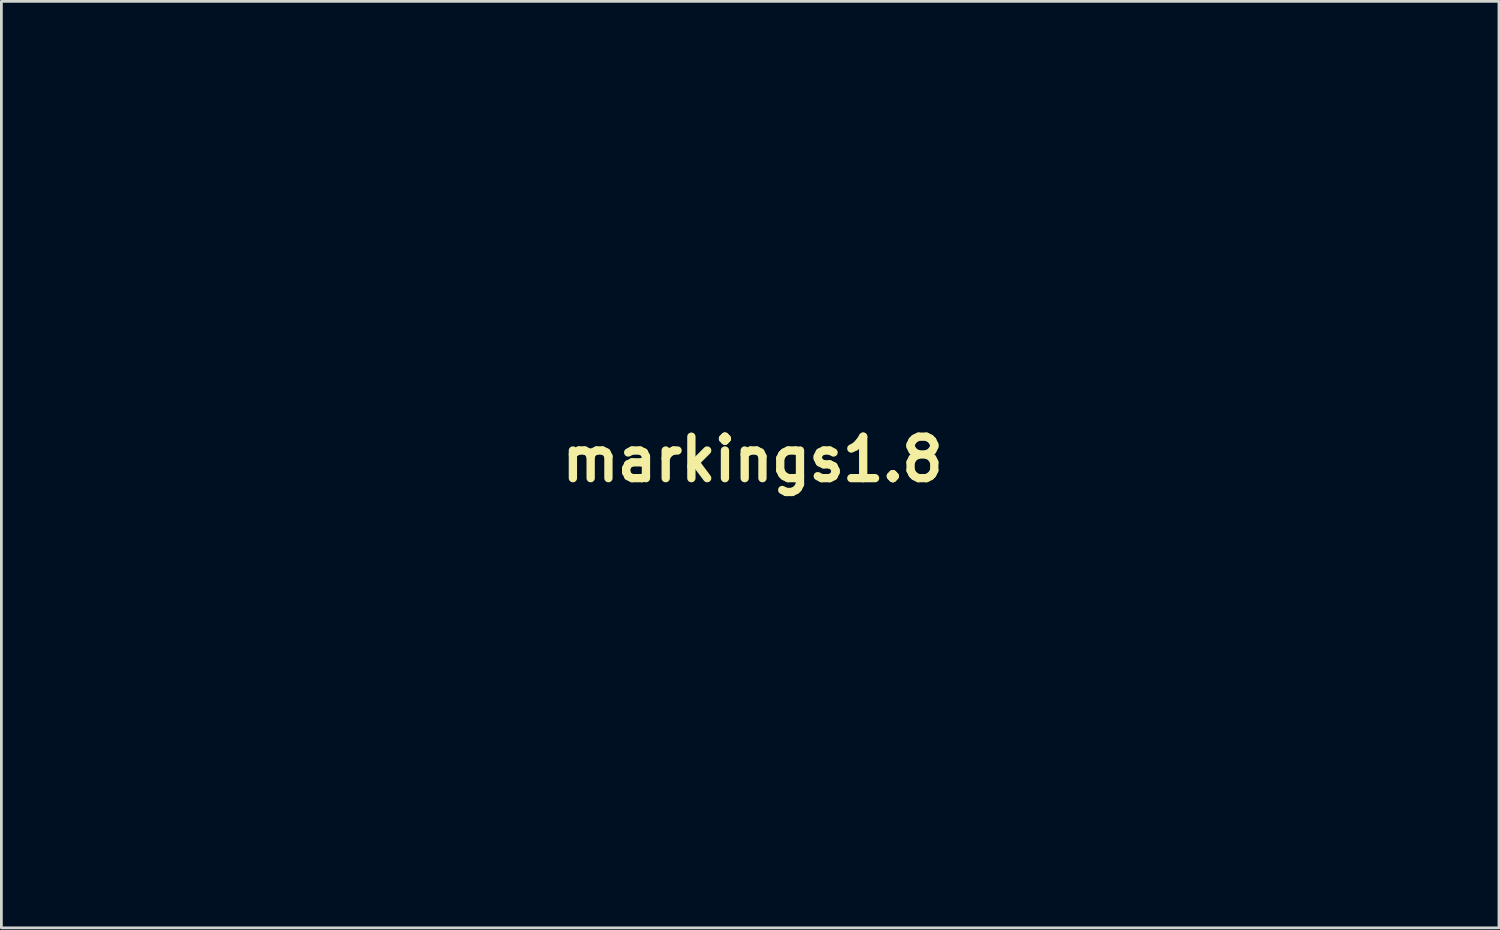
<source format=kicad_pcb>
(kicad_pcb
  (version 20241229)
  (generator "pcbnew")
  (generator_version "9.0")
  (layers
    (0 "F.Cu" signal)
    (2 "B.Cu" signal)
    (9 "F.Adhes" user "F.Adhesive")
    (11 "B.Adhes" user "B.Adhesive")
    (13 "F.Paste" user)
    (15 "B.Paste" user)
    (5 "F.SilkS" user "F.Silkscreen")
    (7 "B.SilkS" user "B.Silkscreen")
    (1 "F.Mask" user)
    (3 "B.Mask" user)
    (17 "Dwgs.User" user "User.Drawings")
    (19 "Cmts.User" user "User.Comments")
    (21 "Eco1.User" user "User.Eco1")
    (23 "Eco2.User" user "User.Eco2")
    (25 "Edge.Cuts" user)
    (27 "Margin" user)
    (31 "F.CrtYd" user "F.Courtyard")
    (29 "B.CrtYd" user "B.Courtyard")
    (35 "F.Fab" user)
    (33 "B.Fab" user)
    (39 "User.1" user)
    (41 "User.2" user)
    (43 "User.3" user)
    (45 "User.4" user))
  (footprint "markings1.8"
    (layer "F.Cu")
    (at 24.171 13.566)
    (property "Reference" "markings1.8" (at 0 0 0) (layer "F.SilkS") (effects (font (size 1.5 1.5) (thickness 0.3))))
    (attr board_only exclude_from_pos_files exclude_from_bom)
    (fp_poly (pts (xy -8.556 -2.711) (xy -8.543 -1.737) (xy -8.803 -1.737) (xy -9.063 -1.737) (xy -9.051 -2.711) (xy -9.038 -3.686) (xy -8.803 -3.686) (xy -8.568 -3.686)) (stroke (width 0) (type solid)) (fill yes) (layer "F.Mask"))
    (fp_poly (pts (xy 17.109 10.397) (xy 17.197 10.464) (xy 17.228 10.569) (xy 17.189 10.687) (xy 17.157 10.725) (xy 17.048 10.792) (xy 16.948 10.766) (xy 16.879 10.688) (xy 16.831 10.557) (xy 16.869 10.453) (xy 16.978 10.394)) (stroke (width 0) (type solid)) (fill yes) (layer "F.Mask"))
    (fp_poly (pts (xy 4.98 -2.125) (xy 5.058 -2.027) (xy 5.071 -1.945) (xy 5.031 -1.822) (xy 4.933 -1.744) (xy 4.807 -1.726) (xy 4.7 -1.767) (xy 4.613 -1.872) (xy 4.602 -1.989) (xy 4.658 -2.092) (xy 4.772 -2.153) (xy 4.836 -2.16)) (stroke (width 0) (type solid)) (fill yes) (layer "F.Mask"))
    (fp_poly (pts (xy 11.067 8.413) (xy 11.192 8.46) (xy 11.258 8.549) (xy 11.25 8.656) (xy 11.24 8.674) (xy 11.148 8.752) (xy 11.031 8.771) (xy 10.928 8.731) (xy 10.894 8.689) (xy 10.867 8.564) (xy 10.914 8.463) (xy 11.016 8.413)) (stroke (width 0) (type solid)) (fill yes) (layer "F.Mask"))
    (fp_poly (pts (xy 11.181 6.845) (xy 11.25 6.944) (xy 11.249 7.065) (xy 11.204 7.154) (xy 11.111 7.183) (xy 11.081 7.183) (xy 10.956 7.155) (xy 10.9 7.101) (xy 10.877 6.981) (xy 10.921 6.873) (xy 11.013 6.812) (xy 11.049 6.808)) (stroke (width 0) (type solid)) (fill yes) (layer "F.Mask"))
    (fp_poly (pts (xy 11.51 8.794) (xy 11.538 8.808) (xy 11.616 8.904) (xy 11.635 9.031) (xy 11.595 9.134) (xy 11.502 9.197) (xy 11.393 9.173) (xy 11.343 9.141) (xy 11.279 9.051) (xy 11.279 8.946) (xy 11.328 8.851) (xy 11.41 8.792)) (stroke (width 0) (type solid)) (fill yes) (layer "F.Mask"))
    (fp_poly (pts (xy 11.55 6.432) (xy 11.627 6.517) (xy 11.64 6.628) (xy 11.598 6.733) (xy 11.509 6.8) (xy 11.456 6.808) (xy 11.357 6.776) (xy 11.324 6.751) (xy 11.267 6.644) (xy 11.28 6.534) (xy 11.346 6.448) (xy 11.447 6.408)) (stroke (width 0) (type solid)) (fill yes) (layer "F.Mask"))
    (fp_poly (pts (xy 11.865 9.211) (xy 11.99 9.258) (xy 12.056 9.347) (xy 12.048 9.454) (xy 12.038 9.472) (xy 11.946 9.55) (xy 11.829 9.569) (xy 11.726 9.529) (xy 11.692 9.487) (xy 11.666 9.362) (xy 11.712 9.261) (xy 11.814 9.211)) (stroke (width 0) (type solid)) (fill yes) (layer "F.Mask"))
    (fp_poly (pts (xy 11.953 10.406) (xy 12.029 10.475) (xy 12.059 10.575) (xy 12.024 10.686) (xy 11.992 10.725) (xy 11.885 10.792) (xy 11.782 10.767) (xy 11.721 10.713) (xy 11.653 10.611) (xy 11.667 10.525) (xy 11.738 10.446) (xy 11.85 10.39)) (stroke (width 0) (type solid)) (fill yes) (layer "F.Mask"))
    (fp_poly (pts (xy 11.983 6.052) (xy 12.051 6.134) (xy 12.058 6.225) (xy 12.005 6.314) (xy 11.91 6.383) (xy 11.812 6.403) (xy 11.796 6.399) (xy 11.705 6.322) (xy 11.669 6.202) (xy 11.691 6.104) (xy 11.773 6.027) (xy 11.881 6.013)) (stroke (width 0) (type solid)) (fill yes) (layer "F.Mask"))
    (fp_poly (pts (xy 12.336 8.808) (xy 12.415 8.9) (xy 12.433 9.016) (xy 12.397 9.124) (xy 12.312 9.192) (xy 12.254 9.202) (xy 12.155 9.168) (xy 12.115 9.134) (xy 12.07 9.027) (xy 12.088 8.916) (xy 12.15 8.827) (xy 12.241 8.785)) (stroke (width 0) (type solid)) (fill yes) (layer "F.Mask"))
    (fp_poly (pts (xy 15.158 4.45) (xy 15.23 4.539) (xy 15.245 4.648) (xy 15.213 4.717) (xy 15.12 4.776) (xy 15.048 4.789) (xy 14.936 4.759) (xy 14.882 4.717) (xy 14.848 4.614) (xy 14.882 4.508) (xy 14.968 4.432) (xy 15.048 4.413)) (stroke (width 0) (type solid)) (fill yes) (layer "F.Mask"))
    (fp_poly (pts (xy 15.514 6.031) (xy 15.601 6.104) (xy 15.623 6.227) (xy 15.618 6.258) (xy 15.55 6.366) (xy 15.438 6.405) (xy 15.336 6.377) (xy 15.278 6.299) (xy 15.259 6.196) (xy 15.278 6.088) (xy 15.352 6.036) (xy 15.38 6.028)) (stroke (width 0) (type solid)) (fill yes) (layer "F.Mask"))
    (fp_poly (pts (xy 15.514 12.792) (xy 15.601 12.865) (xy 15.623 12.987) (xy 15.618 13.019) (xy 15.55 13.127) (xy 15.438 13.165) (xy 15.336 13.138) (xy 15.278 13.06) (xy 15.259 12.957) (xy 15.278 12.849) (xy 15.352 12.797) (xy 15.38 12.789)) (stroke (width 0) (type solid)) (fill yes) (layer "F.Mask"))
    (fp_poly (pts (xy 15.518 8.021) (xy 15.607 8.101) (xy 15.633 8.21) (xy 15.602 8.317) (xy 15.52 8.39) (xy 15.447 8.404) (xy 15.348 8.373) (xy 15.315 8.348) (xy 15.264 8.239) (xy 15.275 8.112) (xy 15.331 8.027) (xy 15.413 7.992)) (stroke (width 0) (type solid)) (fill yes) (layer "F.Mask"))
    (fp_poly (pts (xy 16.704 9.995) (xy 16.758 10.044) (xy 16.838 10.143) (xy 16.843 10.222) (xy 16.781 10.302) (xy 16.664 10.368) (xy 16.545 10.357) (xy 16.481 10.308) (xy 16.439 10.196) (xy 16.483 10.082) (xy 16.558 10.014) (xy 16.64 9.974)) (stroke (width 0) (type solid)) (fill yes) (layer "F.Mask"))
    (fp_poly (pts (xy 16.762 9.241) (xy 16.825 9.337) (xy 16.82 9.456) (xy 16.808 9.484) (xy 16.722 9.558) (xy 16.603 9.574) (xy 16.494 9.527) (xy 16.489 9.521) (xy 16.434 9.415) (xy 16.455 9.308) (xy 16.539 9.228) (xy 16.652 9.202)) (stroke (width 0) (type solid)) (fill yes) (layer "F.Mask"))
    (fp_poly (pts (xy 18.715 3.653) (xy 18.731 3.661) (xy 18.813 3.75) (xy 18.818 3.868) (xy 18.791 3.924) (xy 18.692 3.998) (xy 18.568 3.992) (xy 18.495 3.95) (xy 18.424 3.851) (xy 18.428 3.751) (xy 18.489 3.671) (xy 18.59 3.631)) (stroke (width 0) (type solid)) (fill yes) (layer "F.Mask"))
    (fp_poly (pts (xy 19.109 4.038) (xy 19.186 4.122) (xy 19.199 4.234) (xy 19.157 4.339) (xy 19.068 4.405) (xy 19.015 4.413) (xy 18.916 4.382) (xy 18.883 4.357) (xy 18.826 4.25) (xy 18.839 4.14) (xy 18.905 4.053) (xy 19.006 4.014)) (stroke (width 0) (type solid)) (fill yes) (layer "F.Mask"))
    (fp_poly (pts (xy 19.166 3.292) (xy 19.203 3.421) (xy 19.203 3.424) (xy 19.166 3.544) (xy 19.076 3.61) (xy 18.963 3.609) (xy 18.883 3.559) (xy 18.829 3.452) (xy 18.841 3.337) (xy 18.913 3.253) (xy 18.933 3.244) (xy 19.07 3.229)) (stroke (width 0) (type solid)) (fill yes) (layer "F.Mask"))
    (fp_poly (pts (xy 19.505 3.638) (xy 19.587 3.732) (xy 19.615 3.835) (xy 19.575 3.921) (xy 19.555 3.944) (xy 19.449 4.026) (xy 19.356 4.016) (xy 19.276 3.933) (xy 19.215 3.833) (xy 19.215 3.764) (xy 19.276 3.689) (xy 19.393 3.621)) (stroke (width 0) (type solid)) (fill yes) (layer "F.Mask"))
    (fp_poly (pts (xy 21.129 9.241) (xy 21.191 9.337) (xy 21.187 9.456) (xy 21.174 9.484) (xy 21.089 9.558) (xy 20.969 9.574) (xy 20.86 9.527) (xy 20.855 9.521) (xy 20.8 9.415) (xy 20.821 9.308) (xy 20.905 9.228) (xy 21.018 9.202)) (stroke (width 0) (type solid)) (fill yes) (layer "F.Mask"))
    (fp_poly (pts (xy 21.475 6.031) (xy 21.563 6.098) (xy 21.594 6.203) (xy 21.555 6.32) (xy 21.523 6.358) (xy 21.435 6.423) (xy 21.354 6.411) (xy 21.272 6.342) (xy 21.208 6.228) (xy 21.223 6.118) (xy 21.31 6.039) (xy 21.345 6.027)) (stroke (width 0) (type solid)) (fill yes) (layer "F.Mask"))
    (fp_poly (pts (xy 21.838 5.608) (xy 21.926 5.681) (xy 22.004 5.779) (xy 22.006 5.859) (xy 21.946 5.936) (xy 21.828 6.002) (xy 21.706 5.99) (xy 21.653 5.953) (xy 21.601 5.842) (xy 21.627 5.718) (xy 21.671 5.661) (xy 21.758 5.597)) (stroke (width 0) (type solid)) (fill yes) (layer "F.Mask"))
    (fp_poly (pts (xy 21.873 4.812) (xy 21.942 4.875) (xy 22.011 4.982) (xy 21.996 5.076) (xy 21.946 5.138) (xy 21.828 5.204) (xy 21.706 5.192) (xy 21.653 5.155) (xy 21.6 5.046) (xy 21.632 4.926) (xy 21.683 4.867) (xy 21.786 4.798)) (stroke (width 0) (type solid)) (fill yes) (layer "F.Mask"))
    (fp_poly (pts (xy 23.096 7.228) (xy 23.174 7.314) (xy 23.19 7.427) (xy 23.141 7.528) (xy 23.103 7.557) (xy 22.987 7.601) (xy 22.905 7.574) (xy 22.846 7.505) (xy 22.804 7.384) (xy 22.836 7.279) (xy 22.921 7.212) (xy 23.039 7.206)) (stroke (width 0) (type solid)) (fill yes) (layer "F.Mask"))
    (fp_poly (pts (xy 13.489 4.024) (xy 13.54 4.054) (xy 13.634 4.156) (xy 13.651 4.267) (xy 13.599 4.361) (xy 13.484 4.411) (xy 13.444 4.413) (xy 13.332 4.372) (xy 13.276 4.29) (xy 13.246 4.195) (xy 13.276 4.126) (xy 13.331 4.078) (xy 13.419 4.02)) (stroke (width 0) (type solid)) (fill yes) (layer "F.Mask"))
    (fp_poly (pts (xy 15.111 11.595) (xy 15.168 11.637) (xy 15.242 11.712) (xy 15.248 11.785) (xy 15.223 11.849) (xy 15.138 11.945) (xy 15.021 11.973) (xy 14.91 11.929) (xy 14.885 11.904) (xy 14.843 11.792) (xy 14.887 11.678) (xy 14.959 11.613) (xy 15.04 11.574)) (stroke (width 0) (type solid)) (fill yes) (layer "F.Mask"))
    (fp_poly (pts (xy 16.743 11.609) (xy 16.823 11.71) (xy 16.826 11.717) (xy 16.851 11.794) (xy 16.834 11.843) (xy 16.781 11.898) (xy 16.663 11.965) (xy 16.541 11.953) (xy 16.489 11.916) (xy 16.436 11.807) (xy 16.469 11.687) (xy 16.523 11.624) (xy 16.632 11.577)) (stroke (width 0) (type solid)) (fill yes) (layer "F.Mask"))
    (fp_poly (pts (xy 20.335 6.044) (xy 20.405 6.128) (xy 20.406 6.238) (xy 20.333 6.345) (xy 20.301 6.369) (xy 20.22 6.408) (xy 20.148 6.387) (xy 20.091 6.345) (xy 20.017 6.27) (xy 20.012 6.197) (xy 20.037 6.133) (xy 20.121 6.031) (xy 20.205 6.01)) (stroke (width 0) (type solid)) (fill yes) (layer "F.Mask"))
    (fp_poly (pts (xy 20.717 2.449) (xy 20.787 2.529) (xy 20.796 2.637) (xy 20.752 2.741) (xy 20.665 2.808) (xy 20.611 2.817) (xy 20.513 2.786) (xy 20.48 2.761) (xy 20.434 2.671) (xy 20.423 2.595) (xy 20.463 2.494) (xy 20.559 2.434) (xy 20.678 2.433)) (stroke (width 0) (type solid)) (fill yes) (layer "F.Mask"))
    (fp_poly (pts (xy 23.48 6.422) (xy 23.529 6.476) (xy 23.587 6.564) (xy 23.583 6.634) (xy 23.553 6.685) (xy 23.454 6.776) (xy 23.339 6.797) (xy 23.251 6.753) (xy 23.194 6.64) (xy 23.213 6.519) (xy 23.303 6.428) (xy 23.316 6.421) (xy 23.412 6.391)) (stroke (width 0) (type solid)) (fill yes) (layer "F.Mask"))
    (fp_poly (pts (xy 23.904 6.044) (xy 23.973 6.128) (xy 23.975 6.238) (xy 23.901 6.345) (xy 23.869 6.369) (xy 23.788 6.408) (xy 23.716 6.387) (xy 23.66 6.345) (xy 23.585 6.27) (xy 23.58 6.197) (xy 23.605 6.133) (xy 23.689 6.031) (xy 23.773 6.01)) (stroke (width 0) (type solid)) (fill yes) (layer "F.Mask"))
    (fp_poly (pts (xy 21.527 5.259) (xy 21.588 5.359) (xy 21.586 5.478) (xy 21.526 5.573) (xy 21.506 5.585) (xy 21.426 5.625) (xy 21.373 5.622) (xy 21.304 5.583) (xy 21.239 5.498) (xy 21.221 5.398) (xy 21.241 5.29) (xy 21.315 5.237) (xy 21.339 5.231) (xy 21.461 5.229)) (stroke (width 0) (type solid)) (fill yes) (layer "F.Mask"))
    (fp_poly (pts (xy 21.527 11.222) (xy 21.588 11.322) (xy 21.586 11.441) (xy 21.526 11.535) (xy 21.506 11.548) (xy 21.415 11.589) (xy 21.353 11.578) (xy 21.272 11.507) (xy 21.272 11.506) (xy 21.208 11.393) (xy 21.223 11.282) (xy 21.31 11.204) (xy 21.345 11.192) (xy 21.46 11.192)) (stroke (width 0) (type solid)) (fill yes) (layer "F.Mask"))
    (fp_poly (pts (xy 12.745 7.221) (xy 12.83 7.306) (xy 12.864 7.395) (xy 12.834 7.477) (xy 12.791 7.532) (xy 12.704 7.592) (xy 12.653 7.606) (xy 12.571 7.575) (xy 12.516 7.532) (xy 12.457 7.46) (xy 12.442 7.425) (xy 12.473 7.347) (xy 12.543 7.257) (xy 12.621 7.193) (xy 12.652 7.183)) (stroke (width 0) (type solid)) (fill yes) (layer "F.Mask"))
    (fp_poly (pts (xy 1.268 -11.199) (xy 1.268 -10.986) (xy 0.962 -10.986) (xy 0.657 -10.986) (xy 0.657 -10.212) (xy 0.657 -9.437) (xy 0.423 -9.437) (xy 0.188 -9.437) (xy 0.188 -10.209) (xy 0.188 -10.982) (xy -0.106 -10.996) (xy -0.399 -11.01) (xy -0.399 -11.198) (xy -0.399 -11.385) (xy 0.434 -11.398) (xy 1.268 -11.411)) (stroke (width 0) (type solid)) (fill yes) (layer "F.Mask"))
    (fp_poly (pts (xy 21.891 8.012) (xy 21.946 8.055) (xy 22.006 8.142) (xy 22.02 8.193) (xy 21.989 8.275) (xy 21.946 8.33) (xy 21.859 8.39) (xy 21.808 8.404) (xy 21.726 8.373) (xy 21.671 8.33) (xy 21.611 8.244) (xy 21.597 8.193) (xy 21.628 8.11) (xy 21.671 8.055) (xy 21.757 7.995) (xy 21.808 7.982)) (stroke (width 0) (type solid)) (fill yes) (layer "F.Mask"))
    (fp_poly (pts (xy 13.41 6.396) (xy 13.542 6.43) (xy 13.589 6.459) (xy 13.661 6.573) (xy 13.648 6.672) (xy 13.557 6.75) (xy 13.397 6.797) (xy 13.246 6.808) (xy 13.089 6.798) (xy 12.967 6.774) (xy 12.921 6.751) (xy 12.869 6.646) (xy 12.88 6.526) (xy 12.948 6.438) (xy 12.955 6.434) (xy 13.08 6.397) (xy 13.244 6.385)) (stroke (width 0) (type solid)) (fill yes) (layer "F.Mask"))
    (fp_poly (pts (xy 15.58 3.685) (xy 15.623 3.817) (xy 15.634 4.011) (xy 15.618 4.227) (xy 15.567 4.359) (xy 15.476 4.412) (xy 15.342 4.392) (xy 15.317 4.382) (xy 15.282 4.321) (xy 15.263 4.171) (xy 15.259 4.011) (xy 15.261 3.833) (xy 15.271 3.726) (xy 15.296 3.671) (xy 15.344 3.643) (xy 15.377 3.634) (xy 15.5 3.627)) (stroke (width 0) (type solid)) (fill yes) (layer "F.Mask"))
    (fp_poly (pts (xy 17.843 11.573) (xy 17.976 11.643) (xy 18.028 11.759) (xy 18.029 11.778) (xy 18.002 11.878) (xy 17.914 11.94) (xy 17.752 11.969) (xy 17.63 11.972) (xy 17.465 11.963) (xy 17.338 11.94) (xy 17.287 11.916) (xy 17.234 11.805) (xy 17.261 11.681) (xy 17.304 11.624) (xy 17.419 11.569) (xy 17.616 11.55) (xy 17.63 11.55)) (stroke (width 0) (type solid)) (fill yes) (layer "F.Mask"))
    (fp_poly (pts (xy 19.898 5.642) (xy 19.987 5.724) (xy 20.001 5.788) (xy 19.978 5.898) (xy 19.944 5.953) (xy 19.855 5.992) (xy 19.71 6.009) (xy 19.544 6.007) (xy 19.391 5.985) (xy 19.287 5.945) (xy 19.276 5.936) (xy 19.205 5.822) (xy 19.22 5.723) (xy 19.317 5.647) (xy 19.488 5.603) (xy 19.514 5.6) (xy 19.738 5.599)) (stroke (width 0) (type solid)) (fill yes) (layer "F.Mask"))
    (fp_poly (pts (xy 19.903 2.843) (xy 19.948 2.881) (xy 19.983 2.973) (xy 20.002 3.12) (xy 20.005 3.288) (xy 19.99 3.439) (xy 19.959 3.538) (xy 19.954 3.544) (xy 19.849 3.609) (xy 19.731 3.594) (xy 19.681 3.559) (xy 19.651 3.483) (xy 19.63 3.345) (xy 19.625 3.216) (xy 19.634 3.051) (xy 19.657 2.925) (xy 19.681 2.873) (xy 19.789 2.821)) (stroke (width 0) (type solid)) (fill yes) (layer "F.Mask"))
    (fp_poly (pts (xy 19.946 12.423) (xy 20.003 12.526) (xy 20.005 12.549) (xy 20.005 12.823) (xy 19.979 13.017) (xy 19.928 13.126) (xy 19.918 13.134) (xy 19.84 13.184) (xy 19.773 13.177) (xy 19.707 13.142) (xy 19.662 13.096) (xy 19.636 13.01) (xy 19.626 12.862) (xy 19.625 12.77) (xy 19.629 12.592) (xy 19.645 12.485) (xy 19.678 12.424) (xy 19.719 12.395) (xy 19.841 12.373)) (stroke (width 0) (type solid)) (fill yes) (layer "F.Mask"))
    (fp_poly (pts (xy 23.929 6.858) (xy 23.935 6.864) (xy 23.966 6.94) (xy 23.986 7.08) (xy 23.991 7.215) (xy 23.986 7.385) (xy 23.967 7.485) (xy 23.926 7.541) (xy 23.901 7.557) (xy 23.784 7.602) (xy 23.696 7.578) (xy 23.643 7.532) (xy 23.597 7.436) (xy 23.572 7.285) (xy 23.571 7.116) (xy 23.593 6.964) (xy 23.618 6.899) (xy 23.702 6.826) (xy 23.821 6.811)) (stroke (width 0) (type solid)) (fill yes) (layer "F.Mask"))
    (fp_poly (pts (xy 3.791 -3.699) (xy 4.202 -3.686) (xy 4.215 -2.711) (xy 4.227 -1.737) (xy 3.992 -1.737) (xy 3.857 -1.743) (xy 3.77 -1.76) (xy 3.753 -1.772) (xy 3.751 -1.829) (xy 3.749 -1.963) (xy 3.746 -2.157) (xy 3.743 -2.393) (xy 3.741 -2.535) (xy 3.733 -3.263) (xy 3.556 -3.278) (xy 3.448 -3.291) (xy 3.397 -3.326) (xy 3.381 -3.41) (xy 3.38 -3.502) (xy 3.38 -3.713)) (stroke (width 0) (type solid)) (fill yes) (layer "F.Mask"))
    (fp_poly (pts (xy 15.065 13.167) (xy 15.185 13.238) (xy 15.245 13.372) (xy 15.259 13.54) (xy 15.249 13.733) (xy 15.21 13.854) (xy 15.123 13.917) (xy 14.97 13.941) (xy 14.842 13.944) (xy 14.677 13.94) (xy 14.551 13.929) (xy 14.492 13.913) (xy 14.476 13.853) (xy 14.465 13.727) (xy 14.461 13.562) (xy 14.47 13.363) (xy 14.508 13.24) (xy 14.593 13.174) (xy 14.743 13.149) (xy 14.873 13.146)) (stroke (width 0) (type solid)) (fill yes) (layer "F.Mask"))
    (fp_poly (pts (xy 19.19 0.854) (xy 19.213 0.855) (xy 19.404 0.869) (xy 19.522 0.894) (xy 19.586 0.936) (xy 19.597 0.951) (xy 19.623 1.052) (xy 19.597 1.115) (xy 19.543 1.162) (xy 19.441 1.192) (xy 19.271 1.208) (xy 19.213 1.211) (xy 19.038 1.216) (xy 18.934 1.208) (xy 18.88 1.183) (xy 18.853 1.136) (xy 18.851 1.129) (xy 18.84 1.003) (xy 18.851 0.937) (xy 18.876 0.887) (xy 18.926 0.86) (xy 19.024 0.85)) (stroke (width 0) (type solid)) (fill yes) (layer "F.Mask"))
    (fp_poly (pts (xy -4.657 -3.486) (xy -4.643 -3.287) (xy -5.162 -3.287) (xy -5.681 -3.287) (xy -5.681 -3.099) (xy -5.681 -2.911) (xy -5.211 -2.911) (xy -4.742 -2.911) (xy -4.742 -2.723) (xy -4.742 -2.535) (xy -5.211 -2.535) (xy -5.681 -2.535) (xy -5.681 -2.326) (xy -5.681 -2.116) (xy -5.154 -2.103) (xy -4.628 -2.089) (xy -4.623 -1.913) (xy -4.618 -1.737) (xy -5.409 -1.737) (xy -6.199 -1.737) (xy -6.187 -2.711) (xy -6.174 -3.686) (xy -5.423 -3.686) (xy -4.672 -3.686)) (stroke (width 0) (type solid)) (fill yes) (layer "F.Mask"))
    (fp_poly (pts (xy 5.456 -7.125) (xy 5.47 -6.737) (xy 5.869 -6.737) (xy 6.268 -6.737) (xy 6.281 -7.125) (xy 6.295 -7.512) (xy 6.528 -7.512) (xy 6.761 -7.512) (xy 6.761 -6.55) (xy 6.761 -5.587) (xy 6.528 -5.587) (xy 6.295 -5.587) (xy 6.282 -5.951) (xy 6.268 -6.315) (xy 5.869 -6.315) (xy 5.47 -6.315) (xy 5.456 -5.951) (xy 5.442 -5.587) (xy 5.209 -5.587) (xy 4.977 -5.587) (xy 4.977 -6.55) (xy 4.977 -7.512) (xy 5.21 -7.512) (xy 5.442 -7.512)) (stroke (width 0) (type solid)) (fill yes) (layer "F.Mask"))
    (fp_poly (pts (xy 15.019 8.414) (xy 15.157 8.442) (xy 15.231 8.506) (xy 15.258 8.612) (xy 15.259 8.645) (xy 15.272 8.742) (xy 15.331 8.777) (xy 15.39 8.78) (xy 15.539 8.812) (xy 15.621 8.907) (xy 15.634 8.991) (xy 15.622 9.08) (xy 15.575 9.14) (xy 15.48 9.177) (xy 15.322 9.196) (xy 15.087 9.202) (xy 15.044 9.202) (xy 14.803 9.198) (xy 14.642 9.185) (xy 14.546 9.161) (xy 14.511 9.136) (xy 14.481 9.048) (xy 14.468 8.887) (xy 14.47 8.749) (xy 14.484 8.428) (xy 14.805 8.414)) (stroke (width 0) (type solid)) (fill yes) (layer "F.Mask"))
    (fp_poly (pts (xy -12.17 -11.4) (xy -11.949 -11.385) (xy -11.949 -10.423) (xy -11.949 -9.46) (xy -12.16 -9.447) (xy -12.371 -9.433) (xy -12.817 -10.031) (xy -13.263 -10.63) (xy -13.277 -10.033) (xy -13.29 -9.437) (xy -13.501 -9.437) (xy -13.647 -9.45) (xy -13.728 -9.485) (xy -13.735 -9.497) (xy -13.742 -9.561) (xy -13.746 -9.703) (xy -13.749 -9.908) (xy -13.749 -10.16) (xy -13.746 -10.445) (xy -13.746 -10.471) (xy -13.733 -11.385) (xy -13.522 -11.399) (xy -13.31 -11.413) (xy -12.864 -10.814) (xy -12.418 -10.216) (xy -12.405 -10.815) (xy -12.392 -11.414)) (stroke (width 0) (type solid)) (fill yes) (layer "F.Mask"))
    (fp_poly (pts (xy 11.185 9.222) (xy 11.24 9.276) (xy 11.25 9.348) (xy 11.258 9.495) (xy 11.265 9.698) (xy 11.268 9.937) (xy 11.268 10.026) (xy 11.267 10.292) (xy 11.263 10.48) (xy 11.254 10.605) (xy 11.238 10.681) (xy 11.212 10.724) (xy 11.177 10.75) (xy 11.062 10.794) (xy 10.98 10.766) (xy 10.919 10.694) (xy 10.886 10.626) (xy 10.864 10.519) (xy 10.852 10.358) (xy 10.846 10.127) (xy 10.845 9.987) (xy 10.849 9.751) (xy 10.859 9.543) (xy 10.874 9.385) (xy 10.892 9.297) (xy 10.894 9.293) (xy 10.971 9.226) (xy 11.081 9.202)) (stroke (width 0) (type solid)) (fill yes) (layer "F.Mask"))
    (fp_poly (pts (xy 12.395 6.472) (xy 12.445 6.559) (xy 12.481 6.724) (xy 12.484 6.907) (xy 12.454 7.062) (xy 12.44 7.093) (xy 12.358 7.164) (xy 12.229 7.183) (xy 12.119 7.192) (xy 12.074 7.232) (xy 12.066 7.321) (xy 12.035 7.459) (xy 11.957 7.565) (xy 11.855 7.606) (xy 11.772 7.575) (xy 11.717 7.532) (xy 11.671 7.436) (xy 11.647 7.285) (xy 11.646 7.117) (xy 11.668 6.969) (xy 11.702 6.89) (xy 11.79 6.83) (xy 11.902 6.799) (xy 12.002 6.774) (xy 12.046 6.708) (xy 12.057 6.632) (xy 12.103 6.493) (xy 12.191 6.417) (xy 12.297 6.409)) (stroke (width 0) (type solid)) (fill yes) (layer "F.Mask"))
    (fp_poly (pts (xy 11.144 4.816) (xy 11.227 4.894) (xy 11.246 4.945) (xy 11.255 5.028) (xy 11.26 5.184) (xy 11.261 5.394) (xy 11.259 5.635) (xy 11.258 5.699) (xy 11.252 5.958) (xy 11.245 6.139) (xy 11.233 6.257) (xy 11.215 6.327) (xy 11.188 6.365) (xy 11.148 6.387) (xy 11.138 6.391) (xy 11.032 6.4) (xy 10.938 6.337) (xy 10.9 6.29) (xy 10.874 6.228) (xy 10.858 6.134) (xy 10.849 5.989) (xy 10.846 5.778) (xy 10.845 5.616) (xy 10.847 5.353) (xy 10.854 5.166) (xy 10.867 5.039) (xy 10.888 4.954) (xy 10.921 4.895) (xy 10.931 4.882) (xy 11.035 4.81)) (stroke (width 0) (type solid)) (fill yes) (layer "F.Mask"))
    (fp_poly (pts (xy 22.774 1.648) (xy 22.928 1.659) (xy 23.021 1.674) (xy 23.034 1.679) (xy 23.122 1.784) (xy 23.174 1.963) (xy 23.193 2.222) (xy 23.193 2.253) (xy 23.189 2.436) (xy 23.172 2.555) (xy 23.134 2.637) (xy 23.078 2.702) (xy 23.009 2.761) (xy 22.93 2.796) (xy 22.816 2.812) (xy 22.639 2.817) (xy 22.596 2.817) (xy 22.357 2.808) (xy 22.198 2.779) (xy 22.124 2.744) (xy 22.075 2.701) (xy 22.044 2.643) (xy 22.027 2.549) (xy 22.021 2.397) (xy 22.02 2.235) (xy 22.024 1.99) (xy 22.048 1.824) (xy 22.104 1.722) (xy 22.209 1.668) (xy 22.376 1.647) (xy 22.587 1.644)) (stroke (width 0) (type solid)) (fill yes) (layer "F.Mask"))
    (fp_poly (pts (xy 18.862 10.38) (xy 19.03 10.397) (xy 19.133 10.432) (xy 19.185 10.489) (xy 19.202 10.576) (xy 19.203 10.595) (xy 19.174 10.692) (xy 19.083 10.756) (xy 18.918 10.79) (xy 18.713 10.799) (xy 18.404 10.799) (xy 18.404 11.149) (xy 18.401 11.335) (xy 18.387 11.449) (xy 18.358 11.513) (xy 18.314 11.548) (xy 18.234 11.587) (xy 18.181 11.584) (xy 18.111 11.546) (xy 18.074 11.512) (xy 18.05 11.449) (xy 18.036 11.341) (xy 18.03 11.17) (xy 18.029 10.993) (xy 18.035 10.723) (xy 18.051 10.537) (xy 18.079 10.44) (xy 18.085 10.432) (xy 18.166 10.403) (xy 18.333 10.384) (xy 18.581 10.376) (xy 18.616 10.376)) (stroke (width 0) (type solid)) (fill yes) (layer "F.Mask"))
    (fp_poly (pts (xy -3.474 -7.324) (xy -3.474 -7.136) (xy -3.991 -7.136) (xy -4.507 -7.136) (xy -4.507 -6.949) (xy -4.507 -6.761) (xy -4.038 -6.761) (xy -3.568 -6.761) (xy -3.568 -6.55) (xy -3.568 -6.338) (xy -4.038 -6.338) (xy -4.507 -6.338) (xy -4.507 -6.15) (xy -4.507 -5.963) (xy -3.967 -5.963) (xy -3.427 -5.963) (xy -3.427 -5.775) (xy -3.427 -5.587) (xy -4.194 -5.587) (xy -4.452 -5.588) (xy -4.676 -5.591) (xy -4.849 -5.596) (xy -4.955 -5.602) (xy -4.981 -5.607) (xy -4.986 -5.657) (xy -4.989 -5.787) (xy -4.991 -5.983) (xy -4.99 -6.229) (xy -4.987 -6.511) (xy -4.987 -6.569) (xy -4.973 -7.512) (xy -4.224 -7.512) (xy -3.474 -7.512)) (stroke (width 0) (type solid)) (fill yes) (layer "F.Mask"))
    (fp_poly (pts (xy 14.636 11.983) (xy 14.759 12.023) (xy 14.82 12.1) (xy 14.836 12.216) (xy 14.85 12.311) (xy 14.911 12.345) (xy 14.97 12.348) (xy 15.095 12.379) (xy 15.203 12.457) (xy 15.257 12.553) (xy 15.259 12.571) (xy 15.218 12.673) (xy 15.096 12.738) (xy 14.889 12.768) (xy 14.789 12.77) (xy 14.467 12.77) (xy 14.452 12.918) (xy 14.407 13.063) (xy 14.319 13.145) (xy 14.206 13.151) (xy 14.142 13.119) (xy 14.095 13.079) (xy 14.064 13.024) (xy 14.047 12.936) (xy 14.04 12.793) (xy 14.038 12.578) (xy 14.038 12.566) (xy 14.044 12.306) (xy 14.061 12.127) (xy 14.09 12.034) (xy 14.094 12.029) (xy 14.17 11.998) (xy 14.309 11.978) (xy 14.437 11.972)) (stroke (width 0) (type solid)) (fill yes) (layer "F.Mask"))
    (fp_poly (pts (xy 16.565 2.409) (xy 16.599 2.415) (xy 16.739 2.473) (xy 16.815 2.564) (xy 16.828 2.667) (xy 16.777 2.757) (xy 16.663 2.811) (xy 16.595 2.817) (xy 16.486 2.825) (xy 16.441 2.866) (xy 16.433 2.971) (xy 16.433 2.98) (xy 16.398 3.13) (xy 16.294 3.217) (xy 16.154 3.24) (xy 16.074 3.271) (xy 16.057 3.337) (xy 16.025 3.482) (xy 15.944 3.581) (xy 15.835 3.62) (xy 15.722 3.585) (xy 15.691 3.559) (xy 15.66 3.483) (xy 15.64 3.343) (xy 15.634 3.208) (xy 15.647 3.012) (xy 15.693 2.892) (xy 15.782 2.832) (xy 15.913 2.817) (xy 15.993 2.786) (xy 16.01 2.72) (xy 16.049 2.562) (xy 16.161 2.454) (xy 16.337 2.401)) (stroke (width 0) (type solid)) (fill yes) (layer "F.Mask"))
    (fp_poly (pts (xy 20.591 5.222) (xy 20.716 5.259) (xy 20.78 5.332) (xy 20.799 5.451) (xy 20.799 5.456) (xy 20.815 5.553) (xy 20.876 5.586) (xy 20.906 5.587) (xy 21.027 5.614) (xy 21.14 5.68) (xy 21.212 5.761) (xy 21.221 5.798) (xy 21.191 5.881) (xy 21.148 5.936) (xy 21.057 5.979) (xy 20.91 6.004) (xy 20.744 6.01) (xy 20.592 5.996) (xy 20.49 5.962) (xy 20.48 5.953) (xy 20.438 5.867) (xy 20.423 5.765) (xy 20.409 5.67) (xy 20.348 5.637) (xy 20.29 5.634) (xy 20.158 5.601) (xy 20.071 5.54) (xy 20.014 5.451) (xy 20.027 5.357) (xy 20.039 5.329) (xy 20.077 5.264) (xy 20.134 5.229) (xy 20.235 5.214) (xy 20.389 5.211)) (stroke (width 0) (type solid)) (fill yes) (layer "F.Mask"))
    (fp_poly (pts (xy 3.186 -2.524) (xy 3.111 -2.332) (xy 3.028 -2.116) (xy 2.987 -2.007) (xy 2.928 -1.857) (xy 2.878 -1.776) (xy 2.819 -1.743) (xy 2.746 -1.737) (xy 2.683 -1.741) (xy 2.634 -1.764) (xy 2.589 -1.819) (xy 2.538 -1.922) (xy 2.47 -2.089) (xy 2.411 -2.242) (xy 2.218 -2.747) (xy 2.337 -2.762) (xy 2.411 -2.764) (xy 2.467 -2.736) (xy 2.518 -2.663) (xy 2.573 -2.529) (xy 2.634 -2.355) (xy 2.688 -2.212) (xy 2.737 -2.119) (xy 2.769 -2.096) (xy 2.769 -2.097) (xy 2.801 -2.159) (xy 2.85 -2.284) (xy 2.906 -2.445) (xy 2.909 -2.453) (xy 2.966 -2.619) (xy 3.012 -2.714) (xy 3.06 -2.758) (xy 3.127 -2.77) (xy 3.149 -2.77) (xy 3.285 -2.77)) (stroke (width 0) (type solid)) (fill yes) (layer "F.Mask"))
    (fp_poly (pts (xy 15.827 9.579) (xy 16.043 9.587) (xy 16.22 9.6) (xy 16.34 9.619) (xy 16.376 9.634) (xy 16.428 9.74) (xy 16.417 9.859) (xy 16.349 9.948) (xy 16.342 9.952) (xy 16.258 9.972) (xy 16.105 9.988) (xy 15.907 9.998) (xy 15.755 10) (xy 15.534 10.001) (xy 15.391 10.007) (xy 15.309 10.02) (xy 15.27 10.044) (xy 15.259 10.081) (xy 15.259 10.097) (xy 15.227 10.243) (xy 15.146 10.342) (xy 15.037 10.381) (xy 14.924 10.346) (xy 14.893 10.32) (xy 14.862 10.243) (xy 14.842 10.103) (xy 14.836 9.969) (xy 14.841 9.799) (xy 14.861 9.698) (xy 14.902 9.643) (xy 14.927 9.626) (xy 15.013 9.605) (xy 15.168 9.59) (xy 15.369 9.581) (xy 15.596 9.577)) (stroke (width 0) (type solid)) (fill yes) (layer "F.Mask"))
    (fp_poly (pts (xy 12.436 1.648) (xy 12.592 1.658) (xy 12.689 1.673) (xy 12.705 1.679) (xy 12.793 1.784) (xy 12.845 1.963) (xy 12.864 2.222) (xy 12.864 2.253) (xy 12.86 2.436) (xy 12.843 2.555) (xy 12.805 2.637) (xy 12.749 2.702) (xy 12.681 2.76) (xy 12.605 2.795) (xy 12.493 2.812) (xy 12.322 2.817) (xy 12.254 2.817) (xy 12.059 2.814) (xy 11.932 2.801) (xy 11.848 2.773) (xy 11.78 2.722) (xy 11.759 2.702) (xy 11.698 2.63) (xy 11.663 2.548) (xy 11.647 2.428) (xy 11.644 2.242) (xy 11.644 2.239) (xy 11.649 2.039) (xy 11.67 1.906) (xy 11.711 1.809) (xy 11.741 1.767) (xy 11.794 1.707) (xy 11.854 1.671) (xy 11.943 1.652) (xy 12.085 1.645) (xy 12.246 1.644)) (stroke (width 0) (type solid)) (fill yes) (layer "F.Mask"))
    (fp_poly (pts (xy 12.455 11.974) (xy 12.585 11.983) (xy 12.667 12.005) (xy 12.723 12.045) (xy 12.767 12.096) (xy 12.822 12.186) (xy 12.852 12.301) (xy 12.863 12.469) (xy 12.864 12.559) (xy 12.858 12.757) (xy 12.836 12.89) (xy 12.793 12.987) (xy 12.767 13.022) (xy 12.714 13.082) (xy 12.655 13.118) (xy 12.567 13.137) (xy 12.427 13.145) (xy 12.254 13.146) (xy 12.053 13.144) (xy 11.923 13.135) (xy 11.841 13.113) (xy 11.785 13.073) (xy 11.741 13.022) (xy 11.686 12.932) (xy 11.656 12.817) (xy 11.645 12.65) (xy 11.644 12.559) (xy 11.65 12.361) (xy 11.672 12.228) (xy 11.715 12.132) (xy 11.741 12.096) (xy 11.794 12.037) (xy 11.853 12) (xy 11.941 11.981) (xy 12.081 11.973) (xy 12.254 11.972)) (stroke (width 0) (type solid)) (fill yes) (layer "F.Mask"))
    (fp_poly (pts (xy 2.996 -11.211) (xy 2.981 -11.01) (xy 2.57 -11.025) (xy 2.323 -11.03) (xy 2.155 -11.024) (xy 2.051 -10.998) (xy 1.996 -10.948) (xy 1.975 -10.869) (xy 1.972 -10.795) (xy 1.972 -10.611) (xy 2.441 -10.611) (xy 2.911 -10.611) (xy 2.911 -10.423) (xy 2.911 -10.235) (xy 2.441 -10.235) (xy 1.972 -10.235) (xy 1.972 -10.047) (xy 1.972 -9.86) (xy 2.515 -9.86) (xy 3.057 -9.86) (xy 3.043 -9.66) (xy 3.028 -9.46) (xy 2.264 -9.448) (xy 1.965 -9.444) (xy 1.748 -9.446) (xy 1.603 -9.454) (xy 1.517 -9.469) (xy 1.479 -9.491) (xy 1.477 -9.496) (xy 1.47 -9.56) (xy 1.466 -9.703) (xy 1.463 -9.908) (xy 1.463 -10.161) (xy 1.466 -10.445) (xy 1.466 -10.471) (xy 1.479 -11.385) (xy 2.245 -11.398) (xy 3.01 -11.411)) (stroke (width 0) (type solid)) (fill yes) (layer "F.Mask"))
    (fp_poly (pts (xy -7.533 -6.838) (xy -7.667 -6.581) (xy -7.762 -6.39) (xy -7.825 -6.246) (xy -7.863 -6.131) (xy -7.881 -6.029) (xy -7.887 -5.922) (xy -7.888 -5.875) (xy -7.888 -5.587) (xy -8.122 -5.587) (xy -8.357 -5.587) (xy -8.357 -5.883) (xy -8.36 -6.001) (xy -8.372 -6.103) (xy -8.4 -6.208) (xy -8.452 -6.334) (xy -8.533 -6.499) (xy -8.65 -6.72) (xy -8.709 -6.83) (xy -8.829 -7.052) (xy -8.932 -7.245) (xy -9.009 -7.392) (xy -9.054 -7.48) (xy -9.061 -7.498) (xy -9.019 -7.506) (xy -8.911 -7.507) (xy -8.815 -7.503) (xy -8.568 -7.489) (xy -8.357 -7.102) (xy -8.263 -6.935) (xy -8.185 -6.804) (xy -8.134 -6.727) (xy -8.121 -6.715) (xy -8.09 -6.753) (xy -8.027 -6.857) (xy -7.942 -7.008) (xy -7.887 -7.112) (xy -7.676 -7.511) (xy -7.427 -7.511) (xy -7.178 -7.512)) (stroke (width 0) (type solid)) (fill yes) (layer "F.Mask"))
    (fp_poly (pts (xy 12.764 9.599) (xy 12.823 9.673) (xy 12.855 9.812) (xy 12.864 10.029) (xy 12.864 10.033) (xy 12.864 10.376) (xy 13.207 10.376) (xy 13.426 10.385) (xy 13.566 10.416) (xy 13.64 10.476) (xy 13.662 10.568) (xy 13.662 10.57) (xy 13.644 10.667) (xy 13.58 10.733) (xy 13.458 10.774) (xy 13.265 10.794) (xy 13.056 10.799) (xy 12.835 10.796) (xy 12.688 10.786) (xy 12.596 10.765) (xy 12.537 10.73) (xy 12.519 10.713) (xy 12.459 10.599) (xy 12.442 10.501) (xy 12.427 10.411) (xy 12.364 10.379) (xy 12.307 10.376) (xy 12.164 10.342) (xy 12.087 10.251) (xy 12.084 10.124) (xy 12.146 10.033) (xy 12.253 9.973) (xy 12.363 9.965) (xy 12.397 9.978) (xy 12.428 9.958) (xy 12.442 9.872) (xy 12.442 9.866) (xy 12.475 9.718) (xy 12.562 9.614) (xy 12.67 9.578)) (stroke (width 0) (type solid)) (fill yes) (layer "F.Mask"))
    (fp_poly (pts (xy -10.307 -3.699) (xy -10.035 -3.675) (xy -9.797 -3.631) (xy -9.617 -3.571) (xy -9.557 -3.536) (xy -9.467 -3.439) (xy -9.382 -3.298) (xy -9.359 -3.246) (xy -9.312 -3.099) (xy -9.306 -2.974) (xy -9.338 -2.824) (xy -9.412 -2.617) (xy -9.516 -2.473) (xy -9.667 -2.378) (xy -9.882 -2.323) (xy -10.094 -2.301) (xy -10.446 -2.277) (xy -10.46 -2.007) (xy -10.475 -1.737) (xy -10.708 -1.737) (xy -10.941 -1.737) (xy -10.929 -2.711) (xy -10.921 -3.287) (xy -10.47 -3.287) (xy -10.47 -2.981) (xy -10.47 -2.676) (xy -10.27 -2.677) (xy -10.119 -2.683) (xy -9.993 -2.699) (xy -9.971 -2.704) (xy -9.864 -2.775) (xy -9.803 -2.898) (xy -9.791 -3.04) (xy -9.832 -3.168) (xy -9.909 -3.241) (xy -10.005 -3.268) (xy -10.151 -3.284) (xy -10.232 -3.287) (xy -10.47 -3.287) (xy -10.921 -3.287) (xy -10.916 -3.686) (xy -10.59 -3.7)) (stroke (width 0) (type solid)) (fill yes) (layer "F.Mask"))
    (fp_poly (pts (xy -9.592 -7.491) (xy -9.356 -7.4) (xy -9.228 -7.312) (xy -9.11 -7.207) (xy -9.243 -7.046) (xy -9.377 -6.886) (xy -9.524 -6.991) (xy -9.739 -7.098) (xy -9.951 -7.12) (xy -10.144 -7.058) (xy -10.305 -6.915) (xy -10.346 -6.853) (xy -10.413 -6.654) (xy -10.404 -6.44) (xy -10.325 -6.241) (xy -10.182 -6.086) (xy -10.178 -6.083) (xy -10.021 -6.023) (xy -9.825 -6.016) (xy -9.628 -6.062) (xy -9.535 -6.107) (xy -9.376 -6.205) (xy -9.23 -6.058) (xy -9.143 -5.965) (xy -9.115 -5.911) (xy -9.141 -5.869) (xy -9.179 -5.839) (xy -9.464 -5.668) (xy -9.76 -5.577) (xy -10.052 -5.568) (xy -10.219 -5.605) (xy -10.506 -5.738) (xy -10.717 -5.927) (xy -10.851 -6.17) (xy -10.909 -6.467) (xy -10.912 -6.55) (xy -10.871 -6.857) (xy -10.753 -7.114) (xy -10.56 -7.316) (xy -10.297 -7.459) (xy -10.107 -7.514) (xy -9.854 -7.532)) (stroke (width 0) (type solid)) (fill yes) (layer "F.Mask"))
    (fp_poly (pts (xy -22.757 -11.341) (xy -22.479 -11.203) (xy -22.419 -11.159) (xy -22.366 -11.112) (xy -22.36 -11.069) (xy -22.407 -11.003) (xy -22.485 -10.921) (xy -22.645 -10.756) (xy -22.782 -10.871) (xy -22.967 -10.97) (xy -23.173 -10.989) (xy -23.374 -10.929) (xy -23.479 -10.856) (xy -23.602 -10.687) (xy -23.657 -10.479) (xy -23.639 -10.261) (xy -23.595 -10.145) (xy -23.467 -9.993) (xy -23.291 -9.902) (xy -23.089 -9.878) (xy -22.886 -9.924) (xy -22.759 -9.999) (xy -22.644 -10.09) (xy -22.495 -9.936) (xy -22.406 -9.84) (xy -22.377 -9.782) (xy -22.4 -9.735) (xy -22.43 -9.706) (xy -22.654 -9.561) (xy -22.924 -9.473) (xy -23.212 -9.446) (xy -23.485 -9.485) (xy -23.593 -9.525) (xy -23.836 -9.681) (xy -24.015 -9.892) (xy -24.128 -10.139) (xy -24.171 -10.405) (xy -24.141 -10.673) (xy -24.037 -10.928) (xy -23.868 -11.136) (xy -23.628 -11.3) (xy -23.35 -11.389) (xy -23.054 -11.403)) (stroke (width 0) (type solid)) (fill yes) (layer "F.Mask"))
    (fp_poly (pts (xy 15.963 0.887) (xy 16.036 0.998) (xy 16.057 1.124) (xy 16.08 1.196) (xy 16.164 1.22) (xy 16.188 1.221) (xy 16.337 1.253) (xy 16.419 1.348) (xy 16.433 1.432) (xy 16.395 1.561) (xy 16.286 1.631) (xy 16.188 1.643) (xy 16.119 1.647) (xy 16.08 1.671) (xy 16.062 1.736) (xy 16.057 1.864) (xy 16.057 1.969) (xy 16.039 2.211) (xy 15.987 2.366) (xy 15.898 2.436) (xy 15.774 2.419) (xy 15.717 2.391) (xy 15.651 2.3) (xy 15.634 2.184) (xy 15.627 2.079) (xy 15.585 2.031) (xy 15.482 2.012) (xy 15.458 2.01) (xy 15.343 1.994) (xy 15.294 1.952) (xy 15.282 1.856) (xy 15.282 1.831) (xy 15.29 1.723) (xy 15.33 1.673) (xy 15.431 1.654) (xy 15.458 1.652) (xy 15.634 1.638) (xy 15.634 1.298) (xy 15.643 1.083) (xy 15.673 0.946) (xy 15.733 0.872) (xy 15.828 0.846) (xy 15.853 0.845)) (stroke (width 0) (type solid)) (fill yes) (layer "F.Mask"))
    (fp_poly (pts (xy -9.678 -11.366) (xy -9.554 -11.321) (xy -9.383 -11.233) (xy -9.296 -11.152) (xy -9.286 -11.063) (xy -9.344 -10.95) (xy -9.369 -10.916) (xy -9.498 -10.748) (xy -9.607 -10.85) (xy -9.762 -10.938) (xy -9.951 -10.975) (xy -10.098 -10.983) (xy -10.196 -10.961) (xy -10.289 -10.893) (xy -10.351 -10.833) (xy -10.457 -10.712) (xy -10.505 -10.601) (xy -10.517 -10.463) (xy -10.478 -10.233) (xy -10.374 -10.052) (xy -10.221 -9.928) (xy -10.035 -9.87) (xy -9.834 -9.886) (xy -9.633 -9.985) (xy -9.613 -9.999) (xy -9.498 -10.09) (xy -9.347 -9.934) (xy -9.195 -9.777) (xy -9.337 -9.676) (xy -9.624 -9.521) (xy -9.929 -9.445) (xy -10.231 -9.452) (xy -10.407 -9.499) (xy -10.65 -9.635) (xy -10.836 -9.83) (xy -10.961 -10.068) (xy -11.022 -10.33) (xy -11.015 -10.599) (xy -10.936 -10.857) (xy -10.782 -11.088) (xy -10.74 -11.131) (xy -10.518 -11.284) (xy -10.248 -11.377) (xy -9.958 -11.406)) (stroke (width 0) (type solid)) (fill yes) (layer "F.Mask"))
    (fp_poly (pts (xy -0.833 -11.4) (xy -0.587 -11.385) (xy -0.574 -10.809) (xy -0.572 -10.478) (xy -0.587 -10.223) (xy -0.622 -10.027) (xy -0.68 -9.871) (xy -0.765 -9.739) (xy -0.785 -9.714) (xy -0.978 -9.555) (xy -1.22 -9.46) (xy -1.488 -9.433) (xy -1.762 -9.477) (xy -1.926 -9.543) (xy -2.077 -9.641) (xy -2.207 -9.763) (xy -2.241 -9.808) (xy -2.282 -9.875) (xy -2.311 -9.947) (xy -2.33 -10.039) (xy -2.341 -10.17) (xy -2.346 -10.357) (xy -2.347 -10.616) (xy -2.348 -10.688) (xy -2.348 -11.409) (xy -2.113 -11.409) (xy -1.878 -11.409) (xy -1.878 -10.796) (xy -1.873 -10.474) (xy -1.854 -10.233) (xy -1.815 -10.064) (xy -1.752 -9.953) (xy -1.658 -9.89) (xy -1.528 -9.863) (xy -1.432 -9.86) (xy -1.281 -9.892) (xy -1.177 -9.983) (xy -1.138 -10.041) (xy -1.111 -10.11) (xy -1.094 -10.208) (xy -1.084 -10.351) (xy -1.08 -10.558) (xy -1.08 -10.76) (xy -1.08 -11.414)) (stroke (width 0) (type solid)) (fill yes) (layer "F.Mask"))
    (fp_poly (pts (xy 16.741 3.264) (xy 16.816 3.383) (xy 16.835 3.451) (xy 16.867 3.563) (xy 16.924 3.609) (xy 16.992 3.615) (xy 17.108 3.635) (xy 17.174 3.671) (xy 17.226 3.778) (xy 17.206 3.892) (xy 17.128 3.987) (xy 17.007 4.036) (xy 16.977 4.038) (xy 16.9 4.059) (xy 16.85 4.139) (xy 16.828 4.214) (xy 16.79 4.331) (xy 16.73 4.384) (xy 16.615 4.404) (xy 16.611 4.404) (xy 16.496 4.422) (xy 16.444 4.469) (xy 16.425 4.574) (xy 16.423 4.587) (xy 16.38 4.728) (xy 16.293 4.802) (xy 16.178 4.798) (xy 16.12 4.766) (xy 16.081 4.725) (xy 16.055 4.661) (xy 16.041 4.553) (xy 16.035 4.384) (xy 16.033 4.204) (xy 16.037 3.96) (xy 16.051 3.795) (xy 16.082 3.693) (xy 16.139 3.639) (xy 16.227 3.619) (xy 16.303 3.616) (xy 16.398 3.6) (xy 16.431 3.535) (xy 16.433 3.486) (xy 16.465 3.33) (xy 16.542 3.239) (xy 16.642 3.216)) (stroke (width 0) (type solid)) (fill yes) (layer "F.Mask"))
    (fp_poly (pts (xy 17.808 9.211) (xy 17.938 9.245) (xy 18.006 9.313) (xy 18.028 9.422) (xy 18.029 9.446) (xy 18.043 9.542) (xy 18.105 9.575) (xy 18.16 9.578) (xy 18.309 9.611) (xy 18.391 9.705) (xy 18.404 9.789) (xy 18.384 9.892) (xy 18.314 9.957) (xy 18.18 9.991) (xy 17.972 10) (xy 17.803 10.003) (xy 17.707 10.015) (xy 17.664 10.042) (xy 17.653 10.091) (xy 17.653 10.097) (xy 17.621 10.243) (xy 17.54 10.342) (xy 17.432 10.381) (xy 17.319 10.346) (xy 17.287 10.32) (xy 17.245 10.233) (xy 17.231 10.132) (xy 17.215 10.035) (xy 17.154 10.002) (xy 17.119 10) (xy 16.999 9.971) (xy 16.898 9.913) (xy 16.826 9.846) (xy 16.82 9.789) (xy 16.87 9.701) (xy 16.975 9.601) (xy 17.091 9.578) (xy 17.191 9.565) (xy 17.228 9.51) (xy 17.231 9.464) (xy 17.239 9.333) (xy 17.278 9.255) (xy 17.366 9.216) (xy 17.522 9.203) (xy 17.602 9.202)) (stroke (width 0) (type solid)) (fill yes) (layer "F.Mask"))
    (fp_poly (pts (xy -3.451 -11.406) (xy -3.275 -11.396) (xy -3.146 -11.376) (xy -3.038 -11.341) (xy -2.956 -11.303) (xy -2.754 -11.159) (xy -2.633 -10.97) (xy -2.593 -10.732) (xy -2.597 -10.642) (xy -2.657 -10.392) (xy -2.79 -10.202) (xy -2.991 -10.073) (xy -3.258 -10.008) (xy -3.413 -10) (xy -3.704 -10) (xy -3.718 -9.73) (xy -3.733 -9.46) (xy -3.946 -9.447) (xy -4.081 -9.445) (xy -4.174 -9.457) (xy -4.192 -9.466) (xy -4.202 -9.521) (xy -4.211 -9.656) (xy -4.218 -9.855) (xy -4.223 -10.104) (xy -4.225 -10.376) (xy -3.713 -10.376) (xy -3.52 -10.376) (xy -3.37 -10.389) (xy -3.243 -10.421) (xy -3.225 -10.43) (xy -3.106 -10.516) (xy -3.058 -10.631) (xy -3.052 -10.709) (xy -3.092 -10.852) (xy -3.211 -10.948) (xy -3.41 -10.994) (xy -3.454 -10.998) (xy -3.686 -11.01) (xy -3.699 -10.693) (xy -3.713 -10.376) (xy -4.225 -10.376) (xy -4.225 -10.389) (xy -4.226 -10.454) (xy -4.226 -11.409) (xy -3.696 -11.409)) (stroke (width 0) (type solid)) (fill yes) (layer "F.Mask"))
    (fp_poly (pts (xy 23.119 8.033) (xy 23.186 8.16) (xy 23.201 8.24) (xy 23.213 8.312) (xy 23.242 8.356) (xy 23.308 8.38) (xy 23.434 8.395) (xy 23.564 8.404) (xy 23.796 8.433) (xy 23.939 8.484) (xy 23.996 8.558) (xy 23.972 8.659) (xy 23.963 8.674) (xy 23.926 8.71) (xy 23.86 8.736) (xy 23.748 8.752) (xy 23.572 8.763) (xy 23.364 8.769) (xy 22.818 8.783) (xy 22.818 8.915) (xy 22.801 9.035) (xy 22.743 9.118) (xy 22.629 9.169) (xy 22.448 9.195) (xy 22.204 9.201) (xy 22.001 9.195) (xy 21.827 9.182) (xy 21.709 9.162) (xy 21.679 9.152) (xy 21.608 9.064) (xy 21.61 8.949) (xy 21.671 8.853) (xy 21.754 8.808) (xy 21.899 8.785) (xy 22.07 8.78) (xy 22.395 8.78) (xy 22.395 8.645) (xy 22.422 8.509) (xy 22.512 8.43) (xy 22.653 8.396) (xy 22.756 8.368) (xy 22.797 8.297) (xy 22.803 8.248) (xy 22.845 8.087) (xy 22.926 7.997) (xy 23.025 7.979)) (stroke (width 0) (type solid)) (fill yes) (layer "F.Mask"))
    (fp_poly (pts (xy -5.957 -10.847) (xy -5.862 -10.638) (xy -5.779 -10.464) (xy -5.717 -10.342) (xy -5.684 -10.285) (xy -5.681 -10.284) (xy -5.654 -10.323) (xy -5.597 -10.433) (xy -5.519 -10.598) (xy -5.425 -10.8) (xy -5.405 -10.846) (xy -5.152 -11.409) (xy -4.877 -11.409) (xy -4.601 -11.409) (xy -4.601 -10.423) (xy -4.601 -9.437) (xy -4.808 -9.437) (xy -5.015 -9.437) (xy -5.048 -9.882) (xy -5.06 -10.1) (xy -5.062 -10.303) (xy -5.054 -10.46) (xy -5.048 -10.504) (xy -5.034 -10.609) (xy -5.044 -10.64) (xy -5.081 -10.596) (xy -5.147 -10.471) (xy -5.245 -10.265) (xy -5.308 -10.126) (xy -5.406 -9.911) (xy -5.481 -9.769) (xy -5.549 -9.687) (xy -5.622 -9.652) (xy -5.718 -9.651) (xy -5.826 -9.667) (xy -5.855 -9.709) (xy -5.911 -9.821) (xy -5.986 -9.984) (xy -6.061 -10.153) (xy -6.268 -10.634) (xy -6.291 -10.047) (xy -6.315 -9.46) (xy -6.538 -9.446) (xy -6.761 -9.432) (xy -6.761 -10.42) (xy -6.761 -11.409) (xy -6.485 -11.409) (xy -6.21 -11.409)) (stroke (width 0) (type solid)) (fill yes) (layer "F.Mask"))
    (fp_poly (pts (xy 4.056 -7.537) (xy 4.229 -7.495) (xy 4.398 -7.433) (xy 4.549 -7.356) (xy 4.611 -7.313) (xy 4.738 -7.207) (xy 4.603 -7.049) (xy 4.467 -6.89) (xy 4.327 -6.99) (xy 4.115 -7.1) (xy 3.908 -7.117) (xy 3.736 -7.064) (xy 3.56 -6.935) (xy 3.457 -6.746) (xy 3.427 -6.524) (xy 3.442 -6.381) (xy 3.5 -6.266) (xy 3.587 -6.169) (xy 3.709 -6.065) (xy 3.825 -6.018) (xy 3.945 -6.01) (xy 4.162 -6.045) (xy 4.307 -6.11) (xy 4.47 -6.211) (xy 4.581 -6.075) (xy 4.654 -5.972) (xy 4.692 -5.893) (xy 4.693 -5.884) (xy 4.654 -5.831) (xy 4.548 -5.762) (xy 4.402 -5.69) (xy 4.239 -5.625) (xy 4.084 -5.58) (xy 4.014 -5.568) (xy 3.852 -5.562) (xy 3.702 -5.578) (xy 3.686 -5.582) (xy 3.398 -5.7) (xy 3.171 -5.883) (xy 3.012 -6.12) (xy 2.929 -6.399) (xy 2.927 -6.677) (xy 3.004 -6.965) (xy 3.158 -7.202) (xy 3.384 -7.383) (xy 3.676 -7.502) (xy 3.733 -7.516) (xy 3.906 -7.545)) (stroke (width 0) (type solid)) (fill yes) (layer "F.Mask"))
    (fp_poly (pts (xy 1.33 -3.682) (xy 1.373 -3.674) (xy 1.365 -3.629) (xy 1.318 -3.515) (xy 1.239 -3.347) (xy 1.136 -3.139) (xy 1.052 -2.978) (xy 0.92 -2.724) (xy 0.825 -2.536) (xy 0.763 -2.396) (xy 0.727 -2.288) (xy 0.71 -2.195) (xy 0.708 -2.099) (xy 0.712 -2.018) (xy 0.728 -1.737) (xy 0.481 -1.737) (xy 0.235 -1.737) (xy 0.235 -2.038) (xy 0.232 -2.156) (xy 0.221 -2.259) (xy 0.193 -2.364) (xy 0.142 -2.489) (xy 0.062 -2.651) (xy -0.054 -2.871) (xy -0.117 -2.988) (xy -0.237 -3.212) (xy -0.34 -3.405) (xy -0.417 -3.553) (xy -0.462 -3.643) (xy -0.469 -3.662) (xy -0.427 -3.672) (xy -0.318 -3.674) (xy -0.217 -3.67) (xy 0.035 -3.654) (xy 0.241 -3.26) (xy 0.332 -3.089) (xy 0.407 -2.956) (xy 0.457 -2.878) (xy 0.47 -2.865) (xy 0.5 -2.903) (xy 0.563 -3.007) (xy 0.648 -3.159) (xy 0.704 -3.263) (xy 0.8 -3.435) (xy 0.883 -3.571) (xy 0.943 -3.653) (xy 0.962 -3.668) (xy 1.085 -3.68) (xy 1.22 -3.684)) (stroke (width 0) (type solid)) (fill yes) (layer "F.Mask"))
    (fp_poly (pts (xy -20.585 -10.448) (xy -20.469 -10.171) (xy -20.366 -9.924) (xy -20.282 -9.718) (xy -20.222 -9.567) (xy -20.191 -9.485) (xy -20.189 -9.474) (xy -20.231 -9.453) (xy -20.34 -9.44) (xy -20.44 -9.437) (xy -20.586 -9.44) (xy -20.669 -9.461) (xy -20.719 -9.518) (xy -20.765 -9.625) (xy -20.838 -9.813) (xy -21.26 -9.813) (xy -21.681 -9.813) (xy -21.756 -9.625) (xy -21.805 -9.513) (xy -21.859 -9.458) (xy -21.949 -9.439) (xy -22.066 -9.437) (xy -22.2 -9.445) (xy -22.285 -9.466) (xy -22.301 -9.482) (xy -22.284 -9.537) (xy -22.234 -9.664) (xy -22.158 -9.852) (xy -22.061 -10.085) (xy -22.018 -10.188) (xy -21.542 -10.188) (xy -21.265 -10.188) (xy -20.987 -10.188) (xy -21.106 -10.503) (xy -21.178 -10.688) (xy -21.226 -10.799) (xy -21.258 -10.846) (xy -21.28 -10.845) (xy -21.282 -10.842) (xy -21.305 -10.791) (xy -21.352 -10.677) (xy -21.413 -10.522) (xy -21.419 -10.505) (xy -21.542 -10.188) (xy -22.018 -10.188) (xy -21.949 -10.353) (xy -21.905 -10.456) (xy -21.508 -11.385) (xy -21.245 -11.385) (xy -20.982 -11.385)) (stroke (width 0) (type solid)) (fill yes) (layer "F.Mask"))
    (fp_poly (pts (xy -1.784 -3.684) (xy -1.558 -3.68) (xy -1.348 -3.67) (xy -1.184 -3.657) (xy -1.118 -3.647) (xy -0.907 -3.562) (xy -0.75 -3.415) (xy -0.652 -3.224) (xy -0.617 -3.007) (xy -0.651 -2.783) (xy -0.759 -2.569) (xy -0.806 -2.511) (xy -0.945 -2.352) (xy -0.787 -2.103) (xy -0.698 -1.963) (xy -0.626 -1.849) (xy -0.593 -1.796) (xy -0.596 -1.762) (xy -0.665 -1.744) (xy -0.813 -1.737) (xy -0.842 -1.737) (xy -1.125 -1.737) (xy -1.268 -2.019) (xy -1.346 -2.169) (xy -1.406 -2.253) (xy -1.469 -2.291) (xy -1.558 -2.3) (xy -1.597 -2.301) (xy -1.784 -2.301) (xy -1.784 -2.019) (xy -1.784 -1.737) (xy -2.043 -1.737) (xy -2.302 -1.737) (xy -2.29 -2.711) (xy -2.282 -3.287) (xy -1.784 -3.287) (xy -1.784 -2.981) (xy -1.784 -2.676) (xy -1.526 -2.676) (xy -1.348 -2.687) (xy -1.232 -2.725) (xy -1.174 -2.77) (xy -1.103 -2.882) (xy -1.08 -2.981) (xy -1.119 -3.133) (xy -1.236 -3.234) (xy -1.429 -3.282) (xy -1.526 -3.287) (xy -1.784 -3.287) (xy -2.282 -3.287) (xy -2.277 -3.686)) (stroke (width 0) (type solid)) (fill yes) (layer "F.Mask"))
    (fp_poly (pts (xy -2.5 -7.505) (xy -2.228 -7.496) (xy -2.033 -7.483) (xy -1.896 -7.466) (xy -1.801 -7.44) (xy -1.73 -7.404) (xy -1.723 -7.399) (xy -1.567 -7.241) (xy -1.476 -7.038) (xy -1.451 -6.812) (xy -1.494 -6.587) (xy -1.605 -6.386) (xy -1.67 -6.316) (xy -1.791 -6.204) (xy -1.632 -5.954) (xy -1.543 -5.813) (xy -1.472 -5.7) (xy -1.438 -5.646) (xy -1.441 -5.612) (xy -1.51 -5.594) (xy -1.658 -5.587) (xy -1.688 -5.587) (xy -1.973 -5.587) (xy -2.1 -5.845) (xy -2.173 -5.987) (xy -2.23 -6.065) (xy -2.299 -6.097) (xy -2.402 -6.103) (xy -2.428 -6.104) (xy -2.629 -6.104) (xy -2.629 -5.845) (xy -2.629 -5.587) (xy -2.887 -5.587) (xy -3.146 -5.587) (xy -3.146 -6.554) (xy -3.146 -7.136) (xy -2.629 -7.136) (xy -2.629 -6.831) (xy -2.629 -6.526) (xy -2.363 -6.526) (xy -2.155 -6.542) (xy -2.027 -6.591) (xy -2.011 -6.604) (xy -1.946 -6.713) (xy -1.925 -6.836) (xy -1.958 -6.984) (xy -2.062 -7.081) (xy -2.242 -7.129) (xy -2.381 -7.136) (xy -2.629 -7.136) (xy -3.146 -7.136) (xy -3.146 -7.521)) (stroke (width 0) (type solid)) (fill yes) (layer "F.Mask"))
    (fp_poly (pts (xy 20.574 0.847) (xy 20.678 0.861) (xy 20.745 0.902) (xy 20.782 0.985) (xy 20.796 1.123) (xy 20.795 1.33) (xy 20.789 1.526) (xy 20.775 1.995) (xy 20.599 2.01) (xy 20.483 2.027) (xy 20.434 2.069) (xy 20.423 2.157) (xy 20.423 2.159) (xy 20.395 2.304) (xy 20.303 2.395) (xy 20.14 2.437) (xy 20.03 2.441) (xy 19.874 2.431) (xy 19.749 2.403) (xy 19.707 2.383) (xy 19.647 2.295) (xy 19.616 2.183) (xy 19.602 2.042) (xy 19.24 2.029) (xy 19.053 2.018) (xy 18.94 2.002) (xy 18.879 1.973) (xy 18.851 1.926) (xy 18.85 1.923) (xy 18.839 1.8) (xy 18.85 1.738) (xy 18.867 1.704) (xy 18.901 1.678) (xy 18.967 1.661) (xy 19.078 1.649) (xy 19.248 1.641) (xy 19.492 1.635) (xy 19.64 1.633) (xy 20.4 1.62) (xy 20.4 1.432) (xy 20.394 1.311) (xy 20.361 1.254) (xy 20.28 1.233) (xy 20.247 1.229) (xy 20.106 1.184) (xy 20.031 1.092) (xy 20.033 0.972) (xy 20.048 0.939) (xy 20.088 0.888) (xy 20.158 0.86) (xy 20.279 0.847) (xy 20.424 0.845)) (stroke (width 0) (type solid)) (fill yes) (layer "F.Mask"))
    (fp_poly (pts (xy -14.68 -11.339) (xy -14.431 -11.212) (xy -14.225 -11.02) (xy -14.16 -10.926) (xy -14.046 -10.658) (xy -14.017 -10.381) (xy -14.067 -10.113) (xy -14.19 -9.868) (xy -14.38 -9.663) (xy -14.631 -9.514) (xy -14.691 -9.492) (xy -14.925 -9.445) (xy -15.188 -9.447) (xy -15.431 -9.493) (xy -15.517 -9.526) (xy -15.729 -9.663) (xy -15.916 -9.852) (xy -16.046 -10.06) (xy -16.055 -10.082) (xy -16.101 -10.303) (xy -16.097 -10.423) (xy -15.587 -10.423) (xy -15.579 -10.265) (xy -15.543 -10.157) (xy -15.461 -10.053) (xy -15.428 -10.019) (xy -15.244 -9.892) (xy -15.04 -9.857) (xy -14.823 -9.913) (xy -14.793 -9.928) (xy -14.672 -10.032) (xy -14.571 -10.189) (xy -14.513 -10.359) (xy -14.508 -10.42) (xy -14.542 -10.6) (xy -14.632 -10.772) (xy -14.756 -10.896) (xy -14.783 -10.913) (xy -15.005 -10.985) (xy -15.211 -10.966) (xy -15.398 -10.855) (xy -15.428 -10.827) (xy -15.525 -10.716) (xy -15.573 -10.614) (xy -15.587 -10.474) (xy -15.587 -10.423) (xy -16.097 -10.423) (xy -16.092 -10.556) (xy -16.033 -10.802) (xy -15.943 -10.981) (xy -15.748 -11.187) (xy -15.506 -11.325) (xy -15.235 -11.396) (xy -14.954 -11.4)) (stroke (width 0) (type solid)) (fill yes) (layer "F.Mask"))
    (fp_poly (pts (xy -3.715 -3.672) (xy -3.399 -3.659) (xy -3.162 -3.633) (xy -2.988 -3.59) (xy -2.861 -3.526) (xy -2.766 -3.434) (xy -2.722 -3.371) (xy -2.661 -3.248) (xy -2.638 -3.108) (xy -2.641 -2.946) (xy -2.661 -2.774) (xy -2.703 -2.655) (xy -2.784 -2.547) (xy -2.813 -2.516) (xy -2.968 -2.356) (xy -2.829 -2.152) (xy -2.737 -2.013) (xy -2.66 -1.888) (xy -2.635 -1.843) (xy -2.608 -1.784) (xy -2.62 -1.753) (xy -2.687 -1.74) (xy -2.828 -1.737) (xy -2.857 -1.737) (xy -3.136 -1.737) (xy -3.276 -2.007) (xy -3.357 -2.154) (xy -3.42 -2.236) (xy -3.491 -2.275) (xy -3.593 -2.29) (xy -3.61 -2.292) (xy -3.803 -2.306) (xy -3.803 -2.022) (xy -3.803 -1.737) (xy -4.062 -1.737) (xy -4.321 -1.737) (xy -4.309 -2.711) (xy -4.301 -3.287) (xy -3.803 -3.287) (xy -3.803 -2.981) (xy -3.803 -2.676) (xy -3.545 -2.676) (xy -3.367 -2.687) (xy -3.251 -2.725) (xy -3.193 -2.77) (xy -3.114 -2.907) (xy -3.108 -3.063) (xy -3.176 -3.201) (xy -3.255 -3.255) (xy -3.381 -3.281) (xy -3.529 -3.287) (xy -3.803 -3.287) (xy -4.301 -3.287) (xy -4.296 -3.686)) (stroke (width 0) (type solid)) (fill yes) (layer "F.Mask"))
    (fp_poly (pts (xy -7.896 -11.394) (xy -7.622 -11.318) (xy -7.607 -11.311) (xy -7.408 -11.207) (xy -7.27 -11.092) (xy -7.161 -10.937) (xy -7.124 -10.869) (xy -7.039 -10.61) (xy -7.03 -10.334) (xy -7.092 -10.066) (xy -7.219 -9.828) (xy -7.38 -9.664) (xy -7.642 -9.519) (xy -7.935 -9.445) (xy -8.235 -9.445) (xy -8.513 -9.522) (xy -8.521 -9.526) (xy -8.715 -9.647) (xy -8.892 -9.81) (xy -9.023 -9.988) (xy -9.058 -10.062) (xy -9.1 -10.259) (xy -9.102 -10.423) (xy -8.592 -10.423) (xy -8.584 -10.265) (xy -8.547 -10.157) (xy -8.465 -10.053) (xy -8.432 -10.019) (xy -8.248 -9.892) (xy -8.044 -9.856) (xy -7.828 -9.913) (xy -7.801 -9.926) (xy -7.651 -10.054) (xy -7.56 -10.244) (xy -7.538 -10.423) (xy -7.577 -10.656) (xy -7.688 -10.833) (xy -7.864 -10.946) (xy -8.097 -10.986) (xy -8.101 -10.986) (xy -8.239 -10.966) (xy -8.362 -10.892) (xy -8.432 -10.827) (xy -8.53 -10.716) (xy -8.577 -10.614) (xy -8.591 -10.474) (xy -8.592 -10.423) (xy -9.102 -10.423) (xy -9.103 -10.497) (xy -9.069 -10.73) (xy -9.034 -10.842) (xy -8.9 -11.056) (xy -8.701 -11.224) (xy -8.454 -11.341) (xy -8.179 -11.4)) (stroke (width 0) (type solid)) (fill yes) (layer "F.Mask"))
    (fp_poly (pts (xy 0.423 -6.608) (xy 0.539 -6.335) (xy 0.644 -6.089) (xy 0.73 -5.884) (xy 0.794 -5.735) (xy 0.828 -5.654) (xy 0.831 -5.646) (xy 0.818 -5.61) (xy 0.732 -5.592) (xy 0.59 -5.587) (xy 0.438 -5.59) (xy 0.35 -5.609) (xy 0.299 -5.658) (xy 0.256 -5.751) (xy 0.255 -5.751) (xy 0.203 -5.858) (xy 0.159 -5.915) (xy 0.152 -5.918) (xy 0.092 -5.919) (xy -0.038 -5.922) (xy -0.213 -5.925) (xy -0.279 -5.926) (xy -0.675 -5.932) (xy -0.729 -5.771) (xy -0.765 -5.68) (xy -0.813 -5.63) (xy -0.902 -5.607) (xy -1.048 -5.596) (xy -1.313 -5.582) (xy -1.146 -5.972) (xy -1.059 -6.174) (xy -0.993 -6.331) (xy -0.484 -6.331) (xy -0.483 -6.327) (xy -0.429 -6.306) (xy -0.312 -6.294) (xy -0.226 -6.291) (xy -0.087 -6.294) (xy -0.02 -6.31) (xy -0.004 -6.353) (xy -0.014 -6.42) (xy -0.048 -6.539) (xy -0.106 -6.696) (xy -0.142 -6.784) (xy -0.244 -7.019) (xy -0.373 -6.69) (xy -0.433 -6.528) (xy -0.472 -6.4) (xy -0.484 -6.331) (xy -0.993 -6.331) (xy -0.951 -6.429) (xy -0.835 -6.702) (xy -0.736 -6.936) (xy -0.493 -7.511) (xy -0.227 -7.511) (xy 0.038 -7.512)) (stroke (width 0) (type solid)) (fill yes) (layer "F.Mask"))
    (fp_poly (pts (xy 19.93 8.044) (xy 19.991 8.171) (xy 20.001 8.221) (xy 20.024 8.381) (xy 20.575 8.394) (xy 20.813 8.401) (xy 20.975 8.411) (xy 21.076 8.427) (xy 21.135 8.452) (xy 21.169 8.489) (xy 21.175 8.499) (xy 21.199 8.622) (xy 21.142 8.723) (xy 21.017 8.782) (xy 20.975 8.788) (xy 20.868 8.811) (xy 20.818 8.873) (xy 20.799 8.963) (xy 20.76 9.087) (xy 20.697 9.171) (xy 20.693 9.174) (xy 20.586 9.198) (xy 20.494 9.14) (xy 20.433 9.012) (xy 20.423 8.963) (xy 20.401 8.86) (xy 20.354 8.815) (xy 20.252 8.803) (xy 20.212 8.803) (xy 20.09 8.81) (xy 20.033 8.843) (xy 20.011 8.922) (xy 20.008 8.944) (xy 19.963 9.109) (xy 19.874 9.192) (xy 19.813 9.202) (xy 19.715 9.171) (xy 19.682 9.144) (xy 19.642 9.056) (xy 19.618 8.944) (xy 19.592 8.844) (xy 19.526 8.801) (xy 19.447 8.788) (xy 19.31 8.747) (xy 19.24 8.661) (xy 19.22 8.535) (xy 19.283 8.446) (xy 19.427 8.398) (xy 19.453 8.395) (xy 19.557 8.372) (xy 19.606 8.309) (xy 19.625 8.221) (xy 19.664 8.097) (xy 19.727 8.013) (xy 19.731 8.01) (xy 19.838 7.986)) (stroke (width 0) (type solid)) (fill yes) (layer "F.Mask"))
    (fp_poly (pts (xy 1.663 -7.504) (xy 1.927 -7.496) (xy 2.114 -7.485) (xy 2.244 -7.468) (xy 2.334 -7.443) (xy 2.404 -7.408) (xy 2.426 -7.392) (xy 2.595 -7.215) (xy 2.688 -7) (xy 2.705 -6.767) (xy 2.643 -6.537) (xy 2.528 -6.36) (xy 2.385 -6.198) (xy 2.514 -5.975) (xy 2.6 -5.832) (xy 2.679 -5.713) (xy 2.713 -5.669) (xy 2.745 -5.625) (xy 2.733 -5.601) (xy 2.66 -5.59) (xy 2.512 -5.588) (xy 2.484 -5.588) (xy 2.183 -5.59) (xy 2.059 -5.835) (xy 1.984 -5.974) (xy 1.921 -6.049) (xy 1.843 -6.083) (xy 1.745 -6.094) (xy 1.554 -6.109) (xy 1.54 -5.86) (xy 1.526 -5.611) (xy 1.279 -5.596) (xy 1.033 -5.582) (xy 1.033 -6.551) (xy 1.033 -6.632) (xy 1.53 -6.632) (xy 1.53 -6.572) (xy 1.564 -6.541) (xy 1.65 -6.528) (xy 1.789 -6.526) (xy 1.995 -6.541) (xy 2.118 -6.587) (xy 2.13 -6.597) (xy 2.222 -6.742) (xy 2.227 -6.896) (xy 2.202 -6.959) (xy 2.14 -7.055) (xy 2.063 -7.109) (xy 1.943 -7.131) (xy 1.796 -7.136) (xy 1.549 -7.136) (xy 1.545 -6.937) (xy 1.54 -6.784) (xy 1.532 -6.654) (xy 1.53 -6.632) (xy 1.033 -6.632) (xy 1.033 -7.519)) (stroke (width 0) (type solid)) (fill yes) (layer "F.Mask"))
    (fp_poly (pts (xy -19.131 -11.397) (xy -18.877 -11.37) (xy -18.682 -11.312) (xy -18.529 -11.22) (xy -18.429 -11.12) (xy -18.336 -10.943) (xy -18.307 -10.73) (xy -18.336 -10.51) (xy -18.42 -10.312) (xy -18.552 -10.17) (xy -18.653 -10.099) (xy -18.458 -9.789) (xy -18.366 -9.64) (xy -18.298 -9.524) (xy -18.265 -9.462) (xy -18.264 -9.458) (xy -18.306 -9.447) (xy -18.416 -9.439) (xy -18.534 -9.437) (xy -18.804 -9.437) (xy -18.946 -9.707) (xy -19.027 -9.853) (xy -19.091 -9.936) (xy -19.162 -9.975) (xy -19.265 -9.99) (xy -19.286 -9.991) (xy -19.484 -10.006) (xy -19.484 -9.721) (xy -19.484 -9.437) (xy -19.721 -9.437) (xy -19.882 -9.449) (xy -19.97 -9.483) (xy -19.98 -9.497) (xy -19.986 -9.561) (xy -19.991 -9.703) (xy -19.993 -9.908) (xy -19.993 -10.16) (xy -19.991 -10.376) (xy -19.489 -10.376) (xy -19.277 -10.376) (xy -19.117 -10.388) (xy -18.976 -10.419) (xy -18.945 -10.431) (xy -18.831 -10.53) (xy -18.785 -10.682) (xy -18.799 -10.821) (xy -18.872 -10.924) (xy -19.023 -10.989) (xy -19.245 -11.013) (xy -19.296 -11.013) (xy -19.461 -11.01) (xy -19.475 -10.693) (xy -19.489 -10.376) (xy -19.991 -10.376) (xy -19.99 -10.445) (xy -19.99 -10.471) (xy -19.977 -11.385) (xy -19.461 -11.399)) (stroke (width 0) (type solid)) (fill yes) (layer "F.Mask"))
    (fp_poly (pts (xy -6.174 -7.508) (xy -5.96 -7.497) (xy -5.792 -7.481) (xy -5.696 -7.462) (xy -5.504 -7.352) (xy -5.386 -7.204) (xy -5.346 -7.035) (xy -5.389 -6.861) (xy -5.487 -6.727) (xy -5.623 -6.592) (xy -5.493 -6.517) (xy -5.36 -6.391) (xy -5.292 -6.217) (xy -5.298 -6.024) (xy -5.323 -5.947) (xy -5.382 -5.827) (xy -5.457 -5.739) (xy -5.561 -5.677) (xy -5.71 -5.637) (xy -5.917 -5.612) (xy -6.198 -5.598) (xy -6.324 -5.594) (xy -6.996 -5.578) (xy -6.996 -6.39) (xy -6.479 -6.39) (xy -6.479 -6.176) (xy -6.479 -5.963) (xy -6.2 -5.963) (xy -6.034 -5.968) (xy -5.933 -5.991) (xy -5.869 -6.039) (xy -5.849 -6.066) (xy -5.802 -6.156) (xy -5.821 -6.235) (xy -5.84 -6.266) (xy -5.898 -6.323) (xy -5.996 -6.357) (xy -6.157 -6.374) (xy -6.191 -6.376) (xy -6.479 -6.39) (xy -6.996 -6.39) (xy -6.996 -6.545) (xy -6.996 -7.136) (xy -6.479 -7.136) (xy -6.479 -6.949) (xy -6.479 -6.761) (xy -6.248 -6.761) (xy -6.097 -6.766) (xy -5.977 -6.781) (xy -5.943 -6.789) (xy -5.884 -6.855) (xy -5.872 -6.96) (xy -5.91 -7.062) (xy -5.925 -7.08) (xy -6.002 -7.112) (xy -6.136 -7.133) (xy -6.23 -7.136) (xy -6.479 -7.136) (xy -6.996 -7.136) (xy -6.996 -7.512) (xy -6.412 -7.512)) (stroke (width 0) (type solid)) (fill yes) (layer "F.Mask"))
    (fp_poly (pts (xy 20.735 3.258) (xy 20.78 3.371) (xy 20.798 3.565) (xy 20.799 3.64) (xy 20.799 3.991) (xy 21.288 3.991) (xy 21.542 3.993) (xy 21.719 4.002) (xy 21.836 4.022) (xy 21.911 4.056) (xy 21.959 4.108) (xy 21.976 4.137) (xy 22 4.259) (xy 21.945 4.355) (xy 21.823 4.408) (xy 21.76 4.413) (xy 21.651 4.421) (xy 21.606 4.462) (xy 21.597 4.565) (xy 21.597 4.579) (xy 21.587 4.672) (xy 21.549 4.74) (xy 21.47 4.787) (xy 21.34 4.816) (xy 21.147 4.83) (xy 20.879 4.833) (xy 20.682 4.831) (xy 20.024 4.819) (xy 20.008 4.957) (xy 19.963 5.109) (xy 19.88 5.198) (xy 19.777 5.212) (xy 19.681 5.155) (xy 19.652 5.074) (xy 19.633 4.904) (xy 19.625 4.649) (xy 19.625 4.593) (xy 19.627 4.367) (xy 19.633 4.217) (xy 19.648 4.125) (xy 19.674 4.072) (xy 19.715 4.04) (xy 19.719 4.038) (xy 19.835 4.017) (xy 19.942 4.058) (xy 20.003 4.146) (xy 20.006 4.168) (xy 20.015 4.283) (xy 20.018 4.319) (xy 20.057 4.369) (xy 20.171 4.389) (xy 20.212 4.39) (xy 20.4 4.39) (xy 20.423 3.831) (xy 20.435 3.592) (xy 20.447 3.43) (xy 20.464 3.33) (xy 20.489 3.273) (xy 20.525 3.245) (xy 20.541 3.238) (xy 20.657 3.217)) (stroke (width 0) (type solid)) (fill yes) (layer "F.Mask"))
    (fp_poly (pts (xy 20.987 6.393) (xy 21.093 6.426) (xy 21.162 6.498) (xy 21.201 6.623) (xy 21.218 6.815) (xy 21.221 7.059) (xy 21.221 7.561) (xy 21.361 7.589) (xy 21.514 7.649) (xy 21.583 7.752) (xy 21.578 7.864) (xy 21.548 7.982) (xy 20.824 7.982) (xy 20.52 7.979) (xy 20.301 7.971) (xy 20.157 7.957) (xy 20.08 7.937) (xy 20.062 7.923) (xy 20.04 7.849) (xy 20.018 7.711) (xy 20.001 7.538) (xy 20.001 7.535) (xy 19.977 7.207) (xy 19.641 7.193) (xy 19.418 7.173) (xy 19.279 7.133) (xy 19.217 7.065) (xy 19.224 6.967) (xy 19.24 6.927) (xy 19.321 6.834) (xy 19.447 6.799) (xy 19.555 6.777) (xy 19.602 6.718) (xy 19.616 6.632) (xy 19.662 6.491) (xy 19.754 6.415) (xy 19.873 6.417) (xy 19.907 6.432) (xy 19.984 6.505) (xy 20.006 6.563) (xy 20.015 6.677) (xy 20.018 6.714) (xy 20.066 6.771) (xy 20.173 6.799) (xy 20.289 6.822) (xy 20.362 6.876) (xy 20.405 6.979) (xy 20.427 7.15) (xy 20.433 7.256) (xy 20.447 7.582) (xy 20.611 7.582) (xy 20.775 7.582) (xy 20.789 7.195) (xy 20.803 6.808) (xy 20.669 6.808) (xy 20.519 6.775) (xy 20.438 6.68) (xy 20.423 6.589) (xy 20.46 6.481) (xy 20.575 6.415) (xy 20.77 6.386) (xy 20.835 6.385)) (stroke (width 0) (type solid)) (fill yes) (layer "F.Mask"))
    (fp_poly (pts (xy 4.242 -11.393) (xy 4.529 -11.352) (xy 4.743 -11.271) (xy 4.89 -11.147) (xy 4.979 -10.976) (xy 5.013 -10.801) (xy 5.004 -10.533) (xy 4.921 -10.318) (xy 4.803 -10.189) (xy 4.745 -10.136) (xy 4.722 -10.081) (xy 4.738 -10.006) (xy 4.8 -9.894) (xy 4.91 -9.726) (xy 4.937 -9.687) (xy 5.013 -9.569) (xy 5.062 -9.486) (xy 5.071 -9.464) (xy 5.028 -9.449) (xy 4.918 -9.44) (xy 4.801 -9.437) (xy 4.531 -9.437) (xy 4.388 -9.707) (xy 4.307 -9.854) (xy 4.243 -9.936) (xy 4.172 -9.975) (xy 4.07 -9.99) (xy 4.05 -9.991) (xy 3.855 -10.006) (xy 3.841 -9.733) (xy 3.826 -9.46) (xy 3.603 -9.446) (xy 3.443 -9.448) (xy 3.364 -9.48) (xy 3.355 -9.494) (xy 3.349 -9.559) (xy 3.344 -9.702) (xy 3.341 -9.908) (xy 3.341 -10.161) (xy 3.343 -10.376) (xy 3.846 -10.376) (xy 4.057 -10.376) (xy 4.217 -10.388) (xy 4.358 -10.419) (xy 4.389 -10.431) (xy 4.503 -10.53) (xy 4.549 -10.682) (xy 4.535 -10.82) (xy 4.466 -10.915) (xy 4.324 -10.983) (xy 4.129 -11.015) (xy 4.014 -11.016) (xy 3.94 -11.009) (xy 3.896 -10.983) (xy 3.874 -10.915) (xy 3.864 -10.786) (xy 3.86 -10.693) (xy 3.846 -10.376) (xy 3.343 -10.376) (xy 3.344 -10.445) (xy 3.344 -10.471) (xy 3.357 -11.385) (xy 3.873 -11.399)) (stroke (width 0) (type solid)) (fill yes) (layer "F.Mask"))
    (fp_poly (pts (xy 16.502 10.786) (xy 16.628 10.794) (xy 16.711 10.81) (xy 16.763 10.835) (xy 16.795 10.87) (xy 16.81 10.896) (xy 16.835 11.019) (xy 16.781 11.116) (xy 16.659 11.169) (xy 16.595 11.174) (xy 16.486 11.182) (xy 16.441 11.223) (xy 16.433 11.328) (xy 16.433 11.337) (xy 16.398 11.487) (xy 16.294 11.574) (xy 16.154 11.597) (xy 16.091 11.611) (xy 16.063 11.672) (xy 16.057 11.784) (xy 16.063 11.905) (xy 16.093 11.959) (xy 16.166 11.972) (xy 16.188 11.972) (xy 16.337 12.005) (xy 16.418 12.101) (xy 16.433 12.194) (xy 16.393 12.299) (xy 16.312 12.349) (xy 16.198 12.373) (xy 16.027 12.387) (xy 15.829 12.392) (xy 15.632 12.387) (xy 15.464 12.373) (xy 15.354 12.35) (xy 15.341 12.344) (xy 15.28 12.266) (xy 15.26 12.155) (xy 15.281 12.052) (xy 15.333 12.001) (xy 15.439 11.978) (xy 15.521 11.972) (xy 15.576 11.968) (xy 15.61 11.943) (xy 15.627 11.879) (xy 15.633 11.757) (xy 15.634 11.575) (xy 15.634 11.178) (xy 15.275 11.164) (xy 15.078 11.152) (xy 14.955 11.13) (xy 14.886 11.094) (xy 14.865 11.068) (xy 14.838 10.967) (xy 14.865 10.904) (xy 14.894 10.874) (xy 14.948 10.851) (xy 15.039 10.834) (xy 15.18 10.82) (xy 15.387 10.81) (xy 15.671 10.8) (xy 15.733 10.799) (xy 16.067 10.79) (xy 16.319 10.785)) (stroke (width 0) (type solid)) (fill yes) (layer "F.Mask"))
    (fp_poly (pts (xy -7.65 -3.702) (xy -7.42 -3.69) (xy -7.192 -3.668) (xy -6.99 -3.639) (xy -6.843 -3.605) (xy -6.802 -3.588) (xy -6.632 -3.46) (xy -6.543 -3.302) (xy -6.537 -3.13) (xy -6.618 -2.959) (xy -6.667 -2.904) (xy -6.766 -2.801) (xy -6.801 -2.746) (xy -6.78 -2.726) (xy -6.741 -2.723) (xy -6.668 -2.689) (xy -6.582 -2.606) (xy -6.576 -2.599) (xy -6.5 -2.443) (xy -6.477 -2.259) (xy -6.507 -2.085) (xy -6.577 -1.968) (xy -6.688 -1.876) (xy -6.819 -1.811) (xy -6.987 -1.769) (xy -7.211 -1.746) (xy -7.506 -1.737) (xy -7.581 -1.737) (xy -8.169 -1.737) (xy -8.169 -2.535) (xy -7.687 -2.535) (xy -7.676 -2.359) (xy -7.667 -2.235) (xy -7.66 -2.155) (xy -7.659 -2.148) (xy -7.612 -2.125) (xy -7.504 -2.114) (xy -7.364 -2.115) (xy -7.224 -2.128) (xy -7.115 -2.15) (xy -7.086 -2.161) (xy -7.014 -2.246) (xy -6.999 -2.365) (xy -7.046 -2.473) (xy -7.052 -2.479) (xy -7.128 -2.51) (xy -7.267 -2.53) (xy -7.398 -2.535) (xy -7.687 -2.535) (xy -8.169 -2.535) (xy -8.169 -2.698) (xy -8.169 -2.906) (xy -7.704 -2.906) (xy -7.413 -2.92) (xy -7.23 -2.938) (xy -7.121 -2.971) (xy -7.071 -3.017) (xy -7.039 -3.126) (xy -7.095 -3.207) (xy -7.237 -3.258) (xy -7.402 -3.277) (xy -7.681 -3.291) (xy -7.693 -3.098) (xy -7.704 -2.906) (xy -8.169 -2.906) (xy -8.169 -3.658) (xy -8 -3.69) (xy -7.852 -3.703)) (stroke (width 0) (type solid)) (fill yes) (layer "F.Mask"))
    (fp_poly (pts (xy 6.27 -11.4) (xy 6.482 -11.369) (xy 6.652 -11.318) (xy 6.655 -11.316) (xy 6.773 -11.259) (xy 6.845 -11.217) (xy 6.855 -11.206) (xy 6.837 -11.14) (xy 6.793 -11.037) (xy 6.742 -10.932) (xy 6.698 -10.859) (xy 6.683 -10.845) (xy 6.626 -10.86) (xy 6.509 -10.899) (xy 6.38 -10.945) (xy 6.166 -11.005) (xy 6.003 -11.015) (xy 5.9 -10.975) (xy 5.869 -10.897) (xy 5.882 -10.826) (xy 5.931 -10.767) (xy 6.033 -10.711) (xy 6.204 -10.646) (xy 6.299 -10.614) (xy 6.57 -10.501) (xy 6.752 -10.366) (xy 6.85 -10.202) (xy 6.867 -10.005) (xy 6.846 -9.888) (xy 6.751 -9.695) (xy 6.589 -9.553) (xy 6.373 -9.466) (xy 6.116 -9.437) (xy 5.831 -9.47) (xy 5.568 -9.553) (xy 5.417 -9.619) (xy 5.3 -9.677) (xy 5.249 -9.709) (xy 5.244 -9.77) (xy 5.27 -9.874) (xy 5.316 -9.987) (xy 5.365 -10.071) (xy 5.396 -10.094) (xy 5.449 -10.074) (xy 5.559 -10.024) (xy 5.654 -9.977) (xy 5.839 -9.903) (xy 6.022 -9.864) (xy 6.179 -9.861) (xy 6.29 -9.895) (xy 6.324 -9.936) (xy 6.332 -10.028) (xy 6.275 -10.11) (xy 6.144 -10.19) (xy 5.93 -10.275) (xy 5.892 -10.288) (xy 5.654 -10.38) (xy 5.495 -10.476) (xy 5.402 -10.59) (xy 5.36 -10.736) (xy 5.353 -10.848) (xy 5.366 -11.004) (xy 5.415 -11.112) (xy 5.481 -11.183) (xy 5.597 -11.279) (xy 5.705 -11.352) (xy 5.713 -11.356) (xy 5.853 -11.395) (xy 6.05 -11.409)) (stroke (width 0) (type solid)) (fill yes) (layer "F.Mask"))
    (fp_poly (pts (xy -17.112 -11.398) (xy -16.849 -11.373) (xy -16.65 -11.323) (xy -16.503 -11.243) (xy -16.451 -11.196) (xy -16.354 -11.04) (xy -16.34 -10.864) (xy -16.407 -10.69) (xy -16.472 -10.611) (xy -16.605 -10.478) (xy -16.501 -10.422) (xy -16.365 -10.301) (xy -16.291 -10.134) (xy -16.282 -9.946) (xy -16.34 -9.766) (xy -16.409 -9.672) (xy -16.532 -9.575) (xy -16.695 -9.506) (xy -16.913 -9.463) (xy -17.199 -9.441) (xy -17.441 -9.437) (xy -17.685 -9.441) (xy -17.847 -9.453) (xy -17.936 -9.474) (xy -17.961 -9.497) (xy -17.967 -9.561) (xy -17.972 -9.703) (xy -17.974 -9.908) (xy -17.974 -9.973) (xy -17.46 -9.973) (xy -17.447 -9.88) (xy -17.447 -9.879) (xy -17.383 -9.831) (xy -17.258 -9.814) (xy -17.099 -9.827) (xy -16.956 -9.864) (xy -16.85 -9.918) (xy -16.811 -9.999) (xy -16.808 -10.053) (xy -16.824 -10.153) (xy -16.883 -10.215) (xy -17.002 -10.246) (xy -17.196 -10.257) (xy -17.207 -10.257) (xy -17.346 -10.255) (xy -17.418 -10.235) (xy -17.447 -10.183) (xy -17.457 -10.102) (xy -17.46 -9.973) (xy -17.974 -9.973) (xy -17.974 -10.16) (xy -17.972 -10.445) (xy -17.971 -10.471) (xy -17.963 -11.033) (xy -17.465 -11.033) (xy -17.465 -10.822) (xy -17.465 -10.611) (xy -17.251 -10.611) (xy -17.099 -10.621) (xy -16.975 -10.647) (xy -16.946 -10.659) (xy -16.873 -10.743) (xy -16.855 -10.822) (xy -16.891 -10.935) (xy -17.003 -11.004) (xy -17.196 -11.032) (xy -17.251 -11.033) (xy -17.465 -11.033) (xy -17.963 -11.033) (xy -17.958 -11.385) (xy -17.453 -11.399)) (stroke (width 0) (type solid)) (fill yes) (layer "F.Mask"))
    (fp_poly (pts (xy 6.208 -3.696) (xy 6.433 -3.633) (xy 6.61 -3.521) (xy 6.724 -3.36) (xy 6.761 -3.193) (xy 6.74 -3.083) (xy 6.691 -2.961) (xy 6.628 -2.861) (xy 6.571 -2.817) (xy 6.568 -2.817) (xy 6.57 -2.789) (xy 6.629 -2.717) (xy 6.687 -2.659) (xy 6.798 -2.537) (xy 6.847 -2.423) (xy 6.855 -2.328) (xy 6.817 -2.099) (xy 6.704 -1.925) (xy 6.541 -1.819) (xy 6.228 -1.729) (xy 5.911 -1.727) (xy 5.822 -1.742) (xy 5.591 -1.821) (xy 5.417 -1.946) (xy 5.307 -2.103) (xy 5.266 -2.278) (xy 5.277 -2.333) (xy 5.728 -2.333) (xy 5.769 -2.21) (xy 5.873 -2.122) (xy 6.016 -2.078) (xy 6.169 -2.088) (xy 6.281 -2.139) (xy 6.362 -2.24) (xy 6.386 -2.365) (xy 6.352 -2.48) (xy 6.294 -2.534) (xy 6.146 -2.576) (xy 5.988 -2.565) (xy 5.849 -2.51) (xy 5.754 -2.421) (xy 5.728 -2.333) (xy 5.277 -2.333) (xy 5.301 -2.455) (xy 5.417 -2.619) (xy 5.448 -2.647) (xy 5.588 -2.765) (xy 5.467 -2.943) (xy 5.385 -3.128) (xy 5.385 -3.13) (xy 5.796 -3.13) (xy 5.826 -3.044) (xy 5.904 -2.985) (xy 6.031 -2.958) (xy 6.167 -2.966) (xy 6.273 -3.01) (xy 6.289 -3.026) (xy 6.334 -3.143) (xy 6.304 -3.261) (xy 6.208 -3.345) (xy 6.192 -3.351) (xy 6.03 -3.375) (xy 5.899 -3.336) (xy 5.815 -3.25) (xy 5.796 -3.13) (xy 5.385 -3.13) (xy 5.385 -3.3) (xy 5.455 -3.453) (xy 5.584 -3.577) (xy 5.761 -3.664) (xy 5.973 -3.707)) (stroke (width 0) (type solid)) (fill yes) (layer "F.Mask"))
    (fp_poly (pts (xy 11.445 7.61) (xy 11.552 7.625) (xy 11.612 7.657) (xy 11.646 7.705) (xy 11.679 7.82) (xy 11.676 7.892) (xy 11.672 7.929) (xy 11.691 7.954) (xy 11.75 7.969) (xy 11.86 7.978) (xy 12.038 7.981) (xy 12.258 7.982) (xy 12.864 7.982) (xy 12.864 7.846) (xy 12.899 7.702) (xy 12.994 7.623) (xy 13.108 7.614) (xy 13.184 7.643) (xy 13.22 7.721) (xy 13.231 7.805) (xy 13.248 7.921) (xy 13.29 7.971) (xy 13.378 7.982) (xy 13.38 7.982) (xy 13.517 8.013) (xy 13.622 8.091) (xy 13.662 8.193) (xy 13.628 8.298) (xy 13.519 8.366) (xy 13.33 8.399) (xy 13.19 8.404) (xy 13.019 8.405) (xy 12.922 8.415) (xy 12.877 8.442) (xy 12.865 8.493) (xy 12.864 8.536) (xy 12.832 8.684) (xy 12.736 8.765) (xy 12.645 8.78) (xy 12.536 8.738) (xy 12.463 8.627) (xy 12.442 8.501) (xy 12.427 8.438) (xy 12.366 8.41) (xy 12.254 8.404) (xy 12.133 8.41) (xy 12.08 8.44) (xy 12.066 8.513) (xy 12.066 8.536) (xy 12.047 8.653) (xy 12.01 8.723) (xy 11.904 8.775) (xy 11.785 8.764) (xy 11.696 8.696) (xy 11.692 8.689) (xy 11.651 8.567) (xy 11.644 8.501) (xy 11.622 8.429) (xy 11.54 8.405) (xy 11.509 8.404) (xy 11.373 8.377) (xy 11.294 8.287) (xy 11.26 8.146) (xy 11.235 8.046) (xy 11.168 8.002) (xy 11.092 7.99) (xy 10.951 7.945) (xy 10.875 7.853) (xy 10.878 7.733) (xy 10.892 7.7) (xy 10.933 7.649) (xy 11.003 7.62) (xy 11.124 7.608) (xy 11.268 7.606)) (stroke (width 0) (type solid)) (fill yes) (layer "F.Mask"))
    (fp_poly (pts (xy 14.038 8.803) (xy 14.062 9.179) (xy 14.221 9.202) (xy 14.372 9.254) (xy 14.448 9.34) (xy 14.449 9.438) (xy 14.374 9.524) (xy 14.225 9.577) (xy 14.221 9.578) (xy 14.115 9.603) (xy 14.066 9.658) (xy 14.047 9.774) (xy 14.047 9.777) (xy 14.044 9.893) (xy 14.071 9.943) (xy 14.142 9.953) (xy 14.3 9.991) (xy 14.414 10.09) (xy 14.46 10.229) (xy 14.461 10.238) (xy 14.473 10.337) (xy 14.53 10.372) (xy 14.592 10.376) (xy 14.741 10.409) (xy 14.822 10.504) (xy 14.836 10.595) (xy 14.794 10.704) (xy 14.683 10.777) (xy 14.558 10.799) (xy 14.478 10.83) (xy 14.461 10.896) (xy 14.429 11.041) (xy 14.347 11.14) (xy 14.239 11.179) (xy 14.126 11.144) (xy 14.094 11.118) (xy 14.064 11.04) (xy 14.044 10.89) (xy 14.038 10.719) (xy 14.036 10.542) (xy 14.027 10.44) (xy 14.003 10.392) (xy 13.958 10.377) (xy 13.925 10.376) (xy 13.771 10.359) (xy 13.689 10.298) (xy 13.663 10.18) (xy 13.662 10.16) (xy 13.654 10.051) (xy 13.612 10.008) (xy 13.529 10) (xy 13.403 9.969) (xy 13.296 9.892) (xy 13.242 9.795) (xy 13.24 9.777) (xy 13.281 9.684) (xy 13.384 9.611) (xy 13.516 9.578) (xy 13.525 9.578) (xy 13.613 9.57) (xy 13.652 9.529) (xy 13.662 9.428) (xy 13.662 9.39) (xy 13.657 9.27) (xy 13.627 9.216) (xy 13.553 9.202) (xy 13.525 9.202) (xy 13.386 9.171) (xy 13.281 9.093) (xy 13.24 8.991) (xy 13.282 8.888) (xy 13.387 8.81) (xy 13.522 8.78) (xy 13.612 8.77) (xy 13.654 8.721) (xy 13.671 8.606) (xy 13.671 8.604) (xy 13.688 8.488) (xy 13.73 8.439) (xy 13.825 8.428) (xy 13.85 8.428) (xy 14.015 8.428)) (stroke (width 0) (type solid)) (fill yes) (layer "F.Mask"))
    (fp_poly (pts (xy 17.851 5.713) (xy 18.076 5.746) (xy 18.259 5.812) (xy 18.425 5.92) (xy 18.601 6.08) (xy 18.605 6.085) (xy 18.735 6.231) (xy 18.803 6.366) (xy 18.824 6.528) (xy 18.818 6.671) (xy 18.805 6.799) (xy 18.772 6.861) (xy 18.694 6.885) (xy 18.607 6.892) (xy 18.499 6.896) (xy 18.425 6.876) (xy 18.359 6.816) (xy 18.277 6.698) (xy 18.245 6.648) (xy 18.089 6.443) (xy 17.923 6.317) (xy 17.725 6.256) (xy 17.55 6.245) (xy 17.303 6.273) (xy 17.113 6.364) (xy 16.962 6.529) (xy 16.867 6.703) (xy 16.796 6.883) (xy 16.758 7.054) (xy 16.746 7.262) (xy 16.746 7.324) (xy 16.779 7.674) (xy 16.871 7.961) (xy 17.018 8.18) (xy 17.217 8.328) (xy 17.464 8.398) (xy 17.567 8.404) (xy 17.824 8.37) (xy 18.032 8.265) (xy 18.205 8.078) (xy 18.253 8.003) (xy 18.379 7.839) (xy 18.515 7.76) (xy 18.677 7.759) (xy 18.71 7.766) (xy 18.779 7.793) (xy 18.814 7.845) (xy 18.826 7.95) (xy 18.827 8.041) (xy 18.794 8.293) (xy 18.689 8.499) (xy 18.503 8.676) (xy 18.423 8.731) (xy 18.126 8.87) (xy 17.785 8.948) (xy 17.429 8.962) (xy 17.09 8.908) (xy 17.043 8.894) (xy 16.725 8.746) (xy 16.463 8.524) (xy 16.258 8.226) (xy 16.237 8.185) (xy 16.169 8.042) (xy 16.124 7.925) (xy 16.098 7.807) (xy 16.085 7.663) (xy 16.081 7.466) (xy 16.08 7.325) (xy 16.082 7.083) (xy 16.091 6.908) (xy 16.11 6.776) (xy 16.145 6.659) (xy 16.198 6.532) (xy 16.212 6.503) (xy 16.357 6.239) (xy 16.522 6.043) (xy 16.732 5.886) (xy 16.832 5.829) (xy 16.949 5.772) (xy 17.057 5.735) (xy 17.184 5.715) (xy 17.355 5.706) (xy 17.559 5.704)) (stroke (width 0) (type solid)) (fill yes) (layer "F.Mask"))
    (fp_poly (pts (xy 22.88 0.846) (xy 23.089 0.849) (xy 23.238 0.856) (xy 23.343 0.871) (xy 23.422 0.895) (xy 23.492 0.93) (xy 23.555 0.97) (xy 23.701 1.091) (xy 23.829 1.241) (xy 23.858 1.287) (xy 23.904 1.376) (xy 23.936 1.469) (xy 23.957 1.587) (xy 23.971 1.75) (xy 23.98 1.976) (xy 23.984 2.115) (xy 23.987 2.458) (xy 23.975 2.725) (xy 23.945 2.931) (xy 23.894 3.093) (xy 23.819 3.227) (xy 23.769 3.291) (xy 23.654 3.41) (xy 23.528 3.496) (xy 23.374 3.554) (xy 23.175 3.59) (xy 22.915 3.607) (xy 22.606 3.61) (xy 22.356 3.606) (xy 22.131 3.598) (xy 21.951 3.586) (xy 21.837 3.572) (xy 21.822 3.569) (xy 21.589 3.453) (xy 21.392 3.266) (xy 21.303 3.13) (xy 21.261 3.044) (xy 21.233 2.954) (xy 21.214 2.842) (xy 21.204 2.69) (xy 21.199 2.477) (xy 21.198 2.254) (xy 21.198 2.227) (xy 21.621 2.227) (xy 21.621 2.493) (xy 21.625 2.682) (xy 21.634 2.811) (xy 21.651 2.897) (xy 21.679 2.957) (xy 21.719 3.008) (xy 21.735 3.026) (xy 21.817 3.1) (xy 21.911 3.152) (xy 22.033 3.184) (xy 22.201 3.2) (xy 22.43 3.201) (xy 22.703 3.193) (xy 23.295 3.169) (xy 23.432 3.016) (xy 23.488 2.951) (xy 23.526 2.89) (xy 23.55 2.815) (xy 23.563 2.706) (xy 23.568 2.546) (xy 23.569 2.314) (xy 23.569 2.251) (xy 23.563 1.911) (xy 23.538 1.654) (xy 23.482 1.469) (xy 23.385 1.345) (xy 23.236 1.27) (xy 23.022 1.234) (xy 22.734 1.225) (xy 22.532 1.229) (xy 21.927 1.244) (xy 21.774 1.398) (xy 21.621 1.551) (xy 21.621 2.227) (xy 21.198 2.227) (xy 21.2 1.944) (xy 21.208 1.711) (xy 21.224 1.539) (xy 21.254 1.409) (xy 21.299 1.306) (xy 21.364 1.212) (xy 21.417 1.149) (xy 21.515 1.043) (xy 21.609 0.965) (xy 21.714 0.911) (xy 21.847 0.876) (xy 22.024 0.856) (xy 22.262 0.847) (xy 22.577 0.845) (xy 22.595 0.845)) (stroke (width 0) (type solid)) (fill yes) (layer "F.Mask"))
    (fp_poly (pts (xy 12.571 0.847) (xy 12.81 0.856) (xy 12.988 0.876) (xy 13.122 0.911) (xy 13.228 0.965) (xy 13.322 1.043) (xy 13.418 1.147) (xy 13.513 1.272) (xy 13.58 1.409) (xy 13.625 1.578) (xy 13.65 1.795) (xy 13.661 2.08) (xy 13.662 2.236) (xy 13.651 2.606) (xy 13.615 2.897) (xy 13.547 3.123) (xy 13.443 3.296) (xy 13.296 3.429) (xy 13.123 3.526) (xy 13.029 3.562) (xy 12.918 3.587) (xy 12.77 3.603) (xy 12.568 3.611) (xy 12.292 3.614) (xy 12.252 3.614) (xy 11.978 3.613) (xy 11.779 3.608) (xy 11.635 3.596) (xy 11.527 3.576) (xy 11.436 3.545) (xy 11.361 3.51) (xy 11.183 3.387) (xy 11.028 3.224) (xy 11.011 3.202) (xy 10.955 3.117) (xy 10.915 3.039) (xy 10.889 2.95) (xy 10.873 2.829) (xy 10.863 2.656) (xy 10.855 2.414) (xy 10.853 2.356) (xy 10.852 2.229) (xy 11.268 2.229) (xy 11.269 2.484) (xy 11.273 2.664) (xy 11.283 2.786) (xy 11.302 2.869) (xy 11.334 2.931) (xy 11.382 2.99) (xy 11.398 3.008) (xy 11.483 3.089) (xy 11.582 3.147) (xy 11.709 3.182) (xy 11.881 3.2) (xy 12.116 3.201) (xy 12.394 3.193) (xy 12.633 3.182) (xy 12.799 3.169) (xy 12.909 3.151) (xy 12.985 3.122) (xy 13.044 3.079) (xy 13.086 3.039) (xy 13.139 2.983) (xy 13.176 2.926) (xy 13.199 2.851) (xy 13.214 2.739) (xy 13.223 2.573) (xy 13.23 2.334) (xy 13.232 2.281) (xy 13.234 1.936) (xy 13.213 1.674) (xy 13.16 1.484) (xy 13.063 1.354) (xy 12.911 1.275) (xy 12.695 1.235) (xy 12.403 1.225) (xy 12.173 1.229) (xy 11.589 1.244) (xy 11.429 1.42) (xy 11.268 1.595) (xy 11.268 2.229) (xy 10.852 2.229) (xy 10.849 2.013) (xy 10.86 1.747) (xy 10.889 1.54) (xy 10.94 1.377) (xy 11.016 1.24) (xy 11.089 1.147) (xy 11.188 1.041) (xy 11.282 0.964) (xy 11.388 0.91) (xy 11.523 0.875) (xy 11.703 0.855) (xy 11.943 0.847) (xy 12.254 0.845)) (stroke (width 0) (type solid)) (fill yes) (layer "F.Mask"))
    (fp_poly (pts (xy 12.535 11.178) (xy 12.748 11.185) (xy 12.902 11.2) (xy 13.019 11.224) (xy 13.114 11.258) (xy 13.124 11.262) (xy 13.349 11.41) (xy 13.522 11.616) (xy 13.613 11.821) (xy 13.636 11.959) (xy 13.652 12.164) (xy 13.659 12.411) (xy 13.66 12.673) (xy 13.653 12.923) (xy 13.638 13.136) (xy 13.616 13.285) (xy 13.613 13.3) (xy 13.523 13.495) (xy 13.378 13.683) (xy 13.207 13.83) (xy 13.113 13.881) (xy 12.997 13.908) (xy 12.81 13.927) (xy 12.573 13.94) (xy 12.31 13.945) (xy 12.042 13.943) (xy 11.791 13.933) (xy 11.579 13.916) (xy 11.429 13.893) (xy 11.385 13.879) (xy 11.239 13.784) (xy 11.09 13.639) (xy 10.967 13.477) (xy 10.905 13.345) (xy 10.892 13.252) (xy 10.881 13.086) (xy 10.873 12.869) (xy 10.869 12.623) (xy 10.869 12.559) (xy 10.869 12.557) (xy 11.268 12.557) (xy 11.273 12.858) (xy 11.29 13.08) (xy 11.324 13.24) (xy 11.38 13.353) (xy 11.464 13.434) (xy 11.559 13.49) (xy 11.691 13.529) (xy 11.888 13.555) (xy 12.123 13.569) (xy 12.369 13.571) (xy 12.601 13.559) (xy 12.791 13.535) (xy 12.909 13.499) (xy 13.034 13.425) (xy 13.123 13.343) (xy 13.183 13.235) (xy 13.218 13.084) (xy 13.235 12.875) (xy 13.24 12.59) (xy 13.24 12.559) (xy 13.239 12.302) (xy 13.233 12.121) (xy 13.221 11.997) (xy 13.2 11.912) (xy 13.167 11.848) (xy 13.138 11.809) (xy 13.027 11.698) (xy 12.887 11.621) (xy 12.701 11.575) (xy 12.451 11.553) (xy 12.254 11.55) (xy 11.955 11.559) (xy 11.731 11.589) (xy 11.566 11.646) (xy 11.442 11.735) (xy 11.369 11.822) (xy 11.326 11.89) (xy 11.298 11.968) (xy 11.28 12.073) (xy 11.271 12.226) (xy 11.268 12.447) (xy 11.268 12.557) (xy 10.869 12.557) (xy 10.871 12.254) (xy 10.879 12.025) (xy 10.897 11.855) (xy 10.928 11.728) (xy 10.976 11.625) (xy 11.044 11.53) (xy 11.088 11.478) (xy 11.194 11.369) (xy 11.305 11.289) (xy 11.436 11.234) (xy 11.605 11.2) (xy 11.828 11.182) (xy 12.122 11.175) (xy 12.248 11.175)) (stroke (width 0) (type solid)) (fill yes) (layer "F.Mask"))
    (fp_poly (pts (xy 17.825 4.023) (xy 17.945 4.057) (xy 18.007 4.129) (xy 18.027 4.249) (xy 18.028 4.284) (xy 18.045 4.38) (xy 18.109 4.412) (xy 18.142 4.413) (xy 18.296 4.43) (xy 18.378 4.491) (xy 18.404 4.609) (xy 18.404 4.63) (xy 18.404 4.789) (xy 18.713 4.789) (xy 18.941 4.799) (xy 19.09 4.833) (xy 19.173 4.898) (xy 19.202 4.999) (xy 19.203 5.02) (xy 19.177 5.134) (xy 19.09 5.195) (xy 18.941 5.211) (xy 18.854 5.231) (xy 18.828 5.308) (xy 18.827 5.332) (xy 18.819 5.406) (xy 18.779 5.438) (xy 18.679 5.441) (xy 18.627 5.437) (xy 18.497 5.419) (xy 18.434 5.38) (xy 18.413 5.317) (xy 18.405 5.278) (xy 18.384 5.25) (xy 18.336 5.231) (xy 18.249 5.22) (xy 18.108 5.214) (xy 17.899 5.212) (xy 17.63 5.211) (xy 17.345 5.212) (xy 17.141 5.214) (xy 17.004 5.22) (xy 16.919 5.232) (xy 16.874 5.251) (xy 16.854 5.28) (xy 16.847 5.317) (xy 16.834 5.366) (xy 16.801 5.397) (xy 16.731 5.417) (xy 16.604 5.428) (xy 16.403 5.435) (xy 16.374 5.436) (xy 16.163 5.444) (xy 16.029 5.455) (xy 15.954 5.473) (xy 15.923 5.502) (xy 15.916 5.542) (xy 15.904 5.596) (xy 15.853 5.623) (xy 15.74 5.632) (xy 15.67 5.633) (xy 15.512 5.623) (xy 15.384 5.6) (xy 15.341 5.583) (xy 15.295 5.537) (xy 15.27 5.451) (xy 15.26 5.303) (xy 15.259 5.211) (xy 15.267 5.01) (xy 15.305 4.885) (xy 15.388 4.818) (xy 15.534 4.792) (xy 15.676 4.789) (xy 15.874 4.818) (xy 16 4.906) (xy 16.054 5.053) (xy 16.057 5.105) (xy 16.069 5.174) (xy 16.123 5.204) (xy 16.244 5.211) (xy 16.245 5.211) (xy 16.365 5.206) (xy 16.418 5.176) (xy 16.432 5.096) (xy 16.433 5.049) (xy 16.449 4.93) (xy 16.509 4.852) (xy 16.627 4.808) (xy 16.816 4.79) (xy 16.922 4.789) (xy 17.231 4.789) (xy 17.231 4.472) (xy 17.237 4.262) (xy 17.263 4.128) (xy 17.324 4.054) (xy 17.435 4.022) (xy 17.612 4.014) (xy 17.63 4.014)) (stroke (width 0) (type solid)) (fill yes) (layer "F.Mask"))
    (fp_poly (pts (xy 14.916 0.851) (xy 15.099 0.868) (xy 15.195 0.896) (xy 15.202 0.901) (xy 15.244 0.995) (xy 15.261 1.144) (xy 15.255 1.311) (xy 15.226 1.462) (xy 15.177 1.561) (xy 15.173 1.566) (xy 15.087 1.626) (xy 15.035 1.643) (xy 14.943 1.602) (xy 14.869 1.499) (xy 14.836 1.367) (xy 14.836 1.358) (xy 14.828 1.27) (xy 14.787 1.231) (xy 14.686 1.221) (xy 14.648 1.221) (xy 14.461 1.221) (xy 14.461 1.432) (xy 14.464 1.562) (xy 14.488 1.623) (xy 14.551 1.642) (xy 14.62 1.643) (xy 14.747 1.664) (xy 14.814 1.737) (xy 14.836 1.881) (xy 14.836 1.905) (xy 14.853 1.987) (xy 14.921 2.017) (xy 14.974 2.019) (xy 15.079 2.027) (xy 15.155 2.06) (xy 15.206 2.132) (xy 15.237 2.254) (xy 15.253 2.44) (xy 15.259 2.703) (xy 15.259 2.8) (xy 15.255 3.101) (xy 15.243 3.32) (xy 15.218 3.469) (xy 15.179 3.56) (xy 15.121 3.605) (xy 15.055 3.615) (xy 14.922 3.579) (xy 14.849 3.472) (xy 14.836 3.371) (xy 14.828 3.287) (xy 14.785 3.249) (xy 14.681 3.24) (xy 14.648 3.24) (xy 14.461 3.24) (xy 14.461 3.427) (xy 14.466 3.548) (xy 14.497 3.602) (xy 14.57 3.615) (xy 14.592 3.615) (xy 14.741 3.648) (xy 14.822 3.744) (xy 14.836 3.834) (xy 14.794 3.943) (xy 14.683 4.017) (xy 14.558 4.038) (xy 14.478 4.069) (xy 14.461 4.135) (xy 14.429 4.28) (xy 14.347 4.379) (xy 14.239 4.418) (xy 14.126 4.384) (xy 14.094 4.357) (xy 14.069 4.288) (xy 14.051 4.139) (xy 14.041 3.904) (xy 14.038 3.615) (xy 14.04 3.324) (xy 14.048 3.114) (xy 14.067 2.971) (xy 14.101 2.883) (xy 14.154 2.837) (xy 14.232 2.819) (xy 14.308 2.817) (xy 14.464 2.817) (xy 14.451 2.43) (xy 14.437 2.042) (xy 14.296 2.026) (xy 14.175 1.999) (xy 14.097 1.962) (xy 14.069 1.893) (xy 14.049 1.755) (xy 14.038 1.574) (xy 14.036 1.375) (xy 14.043 1.183) (xy 14.058 1.023) (xy 14.083 0.92) (xy 14.094 0.901) (xy 14.175 0.872) (xy 14.345 0.853) (xy 14.598 0.845) (xy 14.648 0.845)) (stroke (width 0) (type solid)) (fill yes) (layer "F.Mask"))
    (fp_poly (pts (xy 18.672 -13.539) (xy 19.341 -13.43) (xy 19.989 -13.239) (xy 20.024 -13.226) (xy 20.391 -13.07) (xy 20.768 -12.879) (xy 21.133 -12.665) (xy 21.463 -12.443) (xy 21.737 -12.226) (xy 21.85 -12.119) (xy 22.032 -11.932) (xy 21.451 -11.242) (xy 21.26 -11.016) (xy 21.081 -10.804) (xy 20.927 -10.622) (xy 20.809 -10.484) (xy 20.741 -10.405) (xy 20.612 -10.259) (xy 20.513 -10.389) (xy 20.387 -10.523) (xy 20.201 -10.684) (xy 19.977 -10.853) (xy 19.739 -11.014) (xy 19.511 -11.15) (xy 19.421 -11.196) (xy 18.928 -11.389) (xy 18.431 -11.49) (xy 17.933 -11.497) (xy 17.524 -11.432) (xy 17.082 -11.281) (xy 16.676 -11.05) (xy 16.315 -10.749) (xy 16.007 -10.387) (xy 15.762 -9.976) (xy 15.59 -9.525) (xy 15.539 -9.308) (xy 15.501 -8.987) (xy 15.497 -8.622) (xy 15.524 -8.247) (xy 15.581 -7.898) (xy 15.648 -7.658) (xy 15.851 -7.214) (xy 16.125 -6.818) (xy 16.46 -6.477) (xy 16.845 -6.199) (xy 17.27 -5.993) (xy 17.723 -5.865) (xy 18.17 -5.823) (xy 18.361 -5.839) (xy 18.608 -5.882) (xy 18.877 -5.944) (xy 19.137 -6.019) (xy 19.354 -6.098) (xy 19.358 -6.1) (xy 19.573 -6.206) (xy 19.82 -6.351) (xy 20.07 -6.514) (xy 20.291 -6.675) (xy 20.436 -6.8) (xy 20.614 -6.97) (xy 21.336 -6.22) (xy 22.057 -5.47) (xy 21.909 -5.314) (xy 21.66 -5.084) (xy 21.341 -4.842) (xy 20.974 -4.6) (xy 20.581 -4.371) (xy 20.183 -4.168) (xy 19.801 -4.004) (xy 19.625 -3.941) (xy 19.021 -3.787) (xy 18.378 -3.703) (xy 17.72 -3.693) (xy 17.418 -3.714) (xy 16.768 -3.821) (xy 16.143 -4.012) (xy 15.553 -4.28) (xy 15.005 -4.618) (xy 14.507 -5.022) (xy 14.066 -5.484) (xy 13.691 -5.999) (xy 13.388 -6.56) (xy 13.203 -7.043) (xy 13.118 -7.326) (xy 13.058 -7.583) (xy 13.018 -7.84) (xy 12.994 -8.124) (xy 12.984 -8.461) (xy 12.983 -8.662) (xy 12.99 -9.094) (xy 13.017 -9.459) (xy 13.068 -9.781) (xy 13.145 -10.085) (xy 13.255 -10.398) (xy 13.287 -10.478) (xy 13.571 -11.055) (xy 13.934 -11.597) (xy 14.366 -12.091) (xy 14.853 -12.518) (xy 14.874 -12.534) (xy 15.424 -12.891) (xy 16.022 -13.174) (xy 16.658 -13.382) (xy 17.319 -13.513) (xy 17.995 -13.566)) (stroke (width 0) (type solid)) (fill yes) (layer "F.Mask"))
    (fp_poly (pts (xy 17.808 0.854) (xy 17.938 0.888) (xy 18.006 0.956) (xy 18.028 1.065) (xy 18.029 1.089) (xy 18.032 1.158) (xy 18.056 1.197) (xy 18.122 1.215) (xy 18.249 1.22) (xy 18.354 1.221) (xy 18.589 1.236) (xy 18.741 1.285) (xy 18.816 1.369) (xy 18.827 1.432) (xy 18.785 1.535) (xy 18.68 1.613) (xy 18.542 1.643) (xy 18.404 1.643) (xy 18.404 2.019) (xy 18.406 2.205) (xy 18.414 2.317) (xy 18.435 2.373) (xy 18.472 2.392) (xy 18.511 2.394) (xy 18.633 2.421) (xy 18.723 2.468) (xy 18.783 2.526) (xy 18.815 2.609) (xy 18.826 2.748) (xy 18.827 2.816) (xy 18.81 3.026) (xy 18.755 3.159) (xy 18.654 3.226) (xy 18.542 3.24) (xy 18.449 3.249) (xy 18.411 3.297) (xy 18.404 3.403) (xy 18.392 3.52) (xy 18.341 3.577) (xy 18.286 3.596) (xy 18.17 3.606) (xy 18.093 3.559) (xy 18.048 3.444) (xy 18.03 3.251) (xy 18.029 3.163) (xy 18.029 2.817) (xy 17.841 2.817) (xy 17.653 2.817) (xy 17.653 3.125) (xy 17.646 3.3) (xy 17.627 3.446) (xy 17.605 3.524) (xy 17.52 3.597) (xy 17.401 3.612) (xy 17.293 3.565) (xy 17.287 3.559) (xy 17.258 3.478) (xy 17.239 3.306) (xy 17.231 3.045) (xy 17.231 2.972) (xy 17.23 2.743) (xy 17.226 2.591) (xy 17.214 2.502) (xy 17.193 2.458) (xy 17.158 2.443) (xy 17.124 2.441) (xy 17.003 2.414) (xy 16.912 2.368) (xy 16.863 2.325) (xy 16.832 2.267) (xy 16.816 2.172) (xy 16.809 2.02) (xy 16.808 1.862) (xy 16.815 1.643) (xy 17.231 1.643) (xy 17.231 1.831) (xy 17.237 1.952) (xy 17.267 2.005) (xy 17.339 2.019) (xy 17.356 2.019) (xy 17.505 2.056) (xy 17.613 2.154) (xy 17.653 2.284) (xy 17.665 2.356) (xy 17.717 2.387) (xy 17.835 2.394) (xy 17.841 2.394) (xy 18.029 2.394) (xy 18.029 2.019) (xy 18.029 1.643) (xy 17.63 1.643) (xy 17.231 1.643) (xy 16.815 1.643) (xy 16.817 1.596) (xy 16.846 1.411) (xy 16.902 1.294) (xy 16.989 1.235) (xy 17.092 1.221) (xy 17.192 1.207) (xy 17.228 1.152) (xy 17.231 1.107) (xy 17.239 0.976) (xy 17.278 0.897) (xy 17.366 0.858) (xy 17.522 0.846) (xy 17.602 0.845)) (stroke (width 0) (type solid)) (fill yes) (layer "F.Mask"))
    (fp_poly (pts (xy 23.442 3.999) (xy 23.673 4.011) (xy 23.826 4.029) (xy 23.913 4.057) (xy 23.946 4.085) (xy 23.971 4.173) (xy 23.986 4.315) (xy 23.989 4.477) (xy 23.98 4.623) (xy 23.959 4.715) (xy 23.956 4.722) (xy 23.863 4.794) (xy 23.753 4.793) (xy 23.652 4.732) (xy 23.584 4.623) (xy 23.569 4.531) (xy 23.559 4.455) (xy 23.51 4.421) (xy 23.398 4.413) (xy 23.381 4.413) (xy 23.193 4.413) (xy 23.193 4.601) (xy 23.199 4.722) (xy 23.229 4.775) (xy 23.303 4.789) (xy 23.332 4.789) (xy 23.472 4.831) (xy 23.574 4.942) (xy 23.616 5.096) (xy 23.616 5.105) (xy 23.635 5.184) (xy 23.711 5.21) (xy 23.747 5.211) (xy 23.891 5.244) (xy 23.975 5.328) (xy 23.988 5.44) (xy 23.919 5.558) (xy 23.918 5.56) (xy 23.862 5.595) (xy 23.768 5.617) (xy 23.617 5.629) (xy 23.393 5.634) (xy 23.331 5.634) (xy 22.818 5.634) (xy 22.818 5.96) (xy 22.814 6.138) (xy 22.798 6.248) (xy 22.763 6.316) (xy 22.713 6.359) (xy 22.593 6.416) (xy 22.502 6.432) (xy 22.433 6.444) (xy 22.402 6.498) (xy 22.395 6.62) (xy 22.395 6.62) (xy 22.4 6.74) (xy 22.431 6.794) (xy 22.511 6.807) (xy 22.561 6.808) (xy 22.687 6.824) (xy 22.759 6.886) (xy 22.779 6.924) (xy 22.801 7.051) (xy 22.738 7.141) (xy 22.596 7.189) (xy 22.568 7.192) (xy 22.461 7.217) (xy 22.415 7.281) (xy 22.404 7.348) (xy 22.369 7.469) (xy 22.313 7.547) (xy 22.214 7.583) (xy 22.062 7.601) (xy 21.893 7.6) (xy 21.746 7.58) (xy 21.679 7.555) (xy 21.617 7.477) (xy 21.599 7.368) (xy 21.627 7.273) (xy 21.652 7.249) (xy 21.735 7.216) (xy 21.851 7.186) (xy 21.951 7.153) (xy 21.99 7.089) (xy 21.995 6.995) (xy 21.984 6.883) (xy 21.932 6.829) (xy 21.85 6.805) (xy 21.696 6.762) (xy 21.617 6.704) (xy 21.598 6.629) (xy 21.633 6.499) (xy 21.743 6.418) (xy 21.837 6.39) (xy 21.955 6.349) (xy 21.999 6.278) (xy 22.001 6.258) (xy 22.026 6.11) (xy 22.091 6.033) (xy 22.214 6.01) (xy 22.229 6.01) (xy 22.395 6.01) (xy 22.395 5.667) (xy 22.403 5.453) (xy 22.432 5.316) (xy 22.491 5.242) (xy 22.588 5.213) (xy 22.634 5.211) (xy 22.761 5.211) (xy 22.778 4.667) (xy 22.789 4.401) (xy 22.81 4.214) (xy 22.855 4.094) (xy 22.938 4.026) (xy 23.073 3.998) (xy 23.272 3.994)) (stroke (width 0) (type solid)) (fill yes) (layer "F.Mask"))
    (fp_poly (pts (xy 12.307 3.998) (xy 12.544 4.01) (xy 12.702 4.032) (xy 12.798 4.071) (xy 12.846 4.136) (xy 12.862 4.235) (xy 12.864 4.284) (xy 12.88 4.38) (xy 12.944 4.412) (xy 12.978 4.413) (xy 13.131 4.43) (xy 13.213 4.491) (xy 13.24 4.609) (xy 13.24 4.63) (xy 13.24 4.789) (xy 13.773 4.789) (xy 14.008 4.791) (xy 14.168 4.798) (xy 14.272 4.813) (xy 14.339 4.839) (xy 14.387 4.879) (xy 14.39 4.883) (xy 14.447 4.999) (xy 14.422 5.108) (xy 14.328 5.19) (xy 14.217 5.22) (xy 14.114 5.239) (xy 14.066 5.29) (xy 14.048 5.403) (xy 14.047 5.411) (xy 14.032 5.587) (xy 14.546 5.587) (xy 14.784 5.589) (xy 14.947 5.599) (xy 15.056 5.617) (xy 15.131 5.648) (xy 15.17 5.675) (xy 15.243 5.75) (xy 15.247 5.824) (xy 15.223 5.887) (xy 15.162 5.974) (xy 15.066 6.007) (xy 15 6.01) (xy 14.832 6.01) (xy 14.846 6.397) (xy 14.86 6.784) (xy 15.186 6.798) (xy 15.403 6.816) (xy 15.54 6.853) (xy 15.61 6.915) (xy 15.627 7.011) (xy 15.625 7.038) (xy 15.613 7.099) (xy 15.581 7.137) (xy 15.509 7.159) (xy 15.377 7.174) (xy 15.235 7.183) (xy 14.86 7.207) (xy 14.86 7.395) (xy 14.866 7.516) (xy 14.9 7.575) (xy 14.986 7.601) (xy 15.019 7.606) (xy 15.165 7.655) (xy 15.245 7.739) (xy 15.247 7.843) (xy 15.23 7.876) (xy 15.18 7.921) (xy 15.086 7.95) (xy 14.929 7.966) (xy 14.82 7.972) (xy 14.461 7.985) (xy 14.461 8.121) (xy 14.429 8.27) (xy 14.347 8.366) (xy 14.235 8.396) (xy 14.139 8.362) (xy 14.087 8.292) (xy 14.045 8.174) (xy 14.043 8.164) (xy 14.001 8.047) (xy 13.931 8.002) (xy 13.911 8) (xy 13.763 7.976) (xy 13.686 7.911) (xy 13.663 7.788) (xy 13.662 7.772) (xy 13.655 7.661) (xy 13.616 7.615) (xy 13.525 7.606) (xy 13.386 7.575) (xy 13.281 7.497) (xy 13.24 7.395) (xy 13.282 7.292) (xy 13.387 7.214) (xy 13.525 7.183) (xy 13.624 7.17) (xy 13.66 7.113) (xy 13.662 7.07) (xy 13.684 6.907) (xy 13.751 6.823) (xy 13.82 6.808) (xy 13.922 6.821) (xy 13.987 6.87) (xy 14.024 6.97) (xy 14.043 7.141) (xy 14.048 7.232) (xy 14.062 7.582) (xy 14.249 7.582) (xy 14.437 7.582) (xy 14.45 6.796) (xy 14.463 6.01) (xy 14.25 6.01) (xy 14.12 6.013) (xy 14.058 6.037) (xy 14.039 6.1) (xy 14.038 6.172) (xy 14.014 6.312) (xy 13.944 6.385) (xy 13.819 6.412) (xy 13.721 6.359) (xy 13.668 6.237) (xy 13.662 6.172) (xy 13.662 6.01) (xy 12.917 6.01) (xy 12.612 6.007) (xy 12.39 6) (xy 12.241 5.988) (xy 12.153 5.968) (xy 12.12 5.948) (xy 12.099 5.878) (xy 12.079 5.736) (xy 12.067 5.587) (xy 13.234 5.587) (xy 13.448 5.587) (xy 13.662 5.587) (xy 13.662 5.397) (xy 13.662 5.206) (xy 13.463 5.22) (xy 13.337 5.235) (xy 13.277 5.27) (xy 13.255 5.351) (xy 13.249 5.411) (xy 13.234 5.587) (xy 12.067 5.587) (xy 12.064 5.543) (xy 12.056 5.355) (xy 12.043 4.823) (xy 11.91 4.809) (xy 11.769 4.775) (xy 11.687 4.699) (xy 11.649 4.563) (xy 11.644 4.431) (xy 11.655 4.257) (xy 11.693 4.142) (xy 11.742 4.08) (xy 11.796 4.035) (xy 11.861 4.008) (xy 11.96 3.995) (xy 12.114 3.993)) (stroke (width 0) (type solid)) (fill yes) (layer "F.Mask"))
    (fp_poly (pts (xy 23.387 9.212) (xy 23.623 9.221) (xy 23.783 9.233) (xy 23.882 9.252) (xy 23.939 9.281) (xy 23.963 9.308) (xy 23.987 9.415) (xy 23.931 9.506) (xy 23.81 9.562) (xy 23.764 9.569) (xy 23.616 9.584) (xy 23.616 9.98) (xy 23.616 10.376) (xy 23.747 10.376) (xy 23.869 10.394) (xy 23.944 10.459) (xy 23.982 10.585) (xy 23.991 10.775) (xy 23.98 10.977) (xy 23.939 11.101) (xy 23.862 11.162) (xy 23.772 11.174) (xy 23.663 11.132) (xy 23.59 11.021) (xy 23.569 10.896) (xy 23.541 10.818) (xy 23.461 10.799) (xy 23.308 10.759) (xy 23.212 10.647) (xy 23.185 10.54) (xy 23.164 10.446) (xy 23.108 10.402) (xy 22.994 10.385) (xy 22.818 10.37) (xy 22.818 10.573) (xy 22.822 10.7) (xy 22.849 10.76) (xy 22.916 10.779) (xy 22.964 10.782) (xy 23.101 10.814) (xy 23.173 10.905) (xy 23.193 11.045) (xy 23.208 11.14) (xy 23.274 11.172) (xy 23.322 11.175) (xy 23.477 11.2) (xy 23.562 11.28) (xy 23.587 11.404) (xy 23.603 11.507) (xy 23.657 11.545) (xy 23.718 11.55) (xy 23.856 11.577) (xy 23.943 11.666) (xy 23.985 11.826) (xy 23.991 11.964) (xy 23.981 12.161) (xy 23.948 12.282) (xy 23.881 12.345) (xy 23.771 12.366) (xy 23.766 12.366) (xy 23.669 12.381) (xy 23.621 12.436) (xy 23.597 12.542) (xy 23.552 12.68) (xy 23.462 12.751) (xy 23.307 12.77) (xy 23.252 12.775) (xy 23.218 12.799) (xy 23.201 12.863) (xy 23.194 12.985) (xy 23.193 13.17) (xy 23.193 13.569) (xy 23.359 13.569) (xy 23.484 13.584) (xy 23.55 13.641) (xy 23.565 13.674) (xy 23.579 13.798) (xy 23.561 13.864) (xy 23.532 13.9) (xy 23.478 13.923) (xy 23.384 13.935) (xy 23.231 13.938) (xy 23.002 13.934) (xy 22.996 13.934) (xy 22.761 13.926) (xy 22.602 13.913) (xy 22.503 13.894) (xy 22.447 13.865) (xy 22.424 13.839) (xy 22.4 13.731) (xy 22.458 13.639) (xy 22.584 13.578) (xy 22.63 13.569) (xy 22.732 13.544) (xy 22.777 13.491) (xy 22.789 13.377) (xy 22.79 13.369) (xy 22.786 13.253) (xy 22.754 13.204) (xy 22.675 13.193) (xy 22.669 13.193) (xy 22.531 13.16) (xy 22.436 13.076) (xy 22.396 12.967) (xy 22.427 12.856) (xy 22.452 12.827) (xy 22.538 12.785) (xy 22.639 12.77) (xy 22.735 12.759) (xy 22.774 12.735) (xy 22.811 12.533) (xy 22.88 12.41) (xy 22.988 12.354) (xy 23.058 12.348) (xy 23.145 12.34) (xy 23.183 12.298) (xy 23.193 12.196) (xy 23.193 12.16) (xy 23.193 11.972) (xy 23.006 11.972) (xy 22.885 11.979) (xy 22.831 12.009) (xy 22.818 12.079) (xy 22.818 12.09) (xy 22.776 12.23) (xy 22.671 12.341) (xy 22.533 12.394) (xy 22.513 12.395) (xy 22.427 12.411) (xy 22.397 12.478) (xy 22.395 12.53) (xy 22.372 12.649) (xy 22.325 12.723) (xy 22.233 12.757) (xy 22.123 12.746) (xy 22.038 12.7) (xy 22.014 12.652) (xy 22.001 12.558) (xy 21.996 12.536) (xy 21.979 12.445) (xy 21.979 12.442) (xy 21.932 12.419) (xy 21.811 12.403) (xy 21.636 12.395) (xy 21.597 12.395) (xy 21.221 12.395) (xy 21.221 12.583) (xy 21.227 12.703) (xy 21.257 12.757) (xy 21.33 12.77) (xy 21.353 12.77) (xy 21.5 12.802) (xy 21.58 12.898) (xy 21.597 13.015) (xy 21.613 13.112) (xy 21.674 13.145) (xy 21.704 13.146) (xy 21.825 13.173) (xy 21.939 13.239) (xy 22.01 13.32) (xy 22.02 13.357) (xy 21.978 13.46) (xy 21.873 13.538) (xy 21.737 13.569) (xy 21.648 13.579) (xy 21.606 13.628) (xy 21.588 13.742) (xy 21.588 13.745) (xy 21.574 13.921) (xy 20.441 13.933) (xy 20.08 13.937) (xy 19.801 13.937) (xy 19.593 13.934) (xy 19.446 13.927) (xy 19.348 13.916) (xy 19.287 13.9) (xy 19.253 13.878) (xy 19.249 13.873) (xy 19.213 13.791) (xy 19.242 13.685) (xy 19.294 13.569) (xy 20.047 13.569) (xy 20.799 13.569) (xy 20.799 13.389) (xy 20.791 13.27) (xy 20.75 13.209) (xy 20.647 13.172) (xy 20.623 13.166) (xy 20.495 13.118) (xy 20.438 13.045) (xy 20.431 13.014) (xy 20.45 12.878) (xy 20.542 12.793) (xy 20.664 12.77) (xy 20.752 12.762) (xy 20.79 12.718) (xy 20.799 12.611) (xy 20.799 12.591) (xy 20.791 12.472) (xy 20.75 12.411) (xy 20.647 12.374) (xy 20.623 12.368) (xy 20.504 12.327) (xy 20.447 12.263) (xy 20.423 12.16) (xy 20.4 11.996) (xy 20.012 11.982) (xy 19.823 11.976) (xy 19.708 11.979) (xy 19.649 11.996) (xy 19.628 12.031) (xy 19.625 12.084) (xy 19.606 12.24) (xy 19.536 12.33) (xy 19.398 12.376) (xy 19.39 12.377) (xy 19.212 12.405) (xy 19.206 12.925) (xy 19.199 13.151) (xy 19.184 13.338) (xy 19.164 13.464) (xy 19.148 13.507) (xy 19.067 13.552) (xy 18.962 13.569) (xy 18.865 13.582) (xy 18.83 13.641) (xy 18.827 13.7) (xy 18.794 13.849) (xy 18.7 13.93) (xy 18.616 13.944) (xy 18.515 13.926) (xy 18.451 13.86) (xy 18.416 13.733) (xy 18.405 13.531) (xy 18.404 13.49) (xy 18.401 13.309) (xy 18.387 13.207) (xy 18.361 13.171) (xy 18.342 13.173) (xy 18.255 13.175) (xy 18.154 13.149) (xy 18.066 13.097) (xy 18.032 13.01) (xy 18.029 12.936) (xy 18.023 12.83) (xy 17.988 12.783) (xy 17.897 12.771) (xy 17.841 12.77) (xy 17.653 12.77) (xy 17.653 12.958) (xy 17.66 13.079) (xy 17.69 13.133) (xy 17.76 13.146) (xy 17.767 13.146) (xy 17.899 13.18) (xy 17.991 13.266) (xy 18.027 13.378) (xy 17.993 13.488) (xy 17.972 13.512) (xy 17.894 13.543) (xy 17.744 13.563) (xy 17.573 13.569) (xy 17.231 13.569) (xy 17.231 13.7) (xy 17.198 13.849) (xy 17.102 13.93) (xy 17.012 13.944) (xy 16.902 13.902) (xy 16.829 13.791) (xy 16.808 13.666) (xy 16.793 13.602) (xy 16.732 13.574) (xy 16.62 13.569) (xy 16.499 13.575) (xy 16.445 13.606) (xy 16.433 13.675) (xy 16.433 13.682) (xy 16.424 13.813) (xy 16.385 13.892) (xy 16.297 13.931) (xy 16.141 13.943) (xy 16.061 13.944) (xy 15.882 13.936) (xy 15.748 13.914) (xy 15.691 13.888) (xy 15.633 13.781) (xy 15.655 13.677) (xy 15.742 13.599) (xy 15.879 13.569) (xy 15.976 13.553) (xy 16.009 13.491) (xy 16.01 13.462) (xy 16.037 13.34) (xy 16.083 13.25) (xy 16.121 13.205) (xy 16.171 13.175) (xy 16.253 13.158) (xy 16.384 13.149) (xy 16.582 13.146) (xy 16.693 13.146) (xy 17.231 13.146) (xy 17.231 12.821) (xy 17.239 12.614) (xy 17.267 12.482) (xy 17.304 12.422) (xy 17.387 12.377) (xy 17.533 12.353) (xy 17.704 12.348) (xy 18.029 12.348) (xy 18.029 12.213) (xy 18.062 12.07) (xy 18.154 11.993) (xy 18.284 11.991) (xy 18.343 12.012) (xy 18.379 12.053) (xy 18.399 12.134) (xy 18.41 12.278) (xy 18.414 12.383) (xy 18.428 12.747) (xy 18.616 12.747) (xy 18.804 12.747) (xy 18.818 12.42) (xy 18.834 12.208) (xy 18.868 12.074) (xy 18.929 12.001) (xy 19.024 11.974) (xy 19.067 11.972) (xy 19.154 11.964) (xy 19.193 11.922) (xy 19.202 11.82) (xy 19.203 11.784) (xy 19.195 11.662) (xy 19.164 11.608) (xy 19.106 11.597) (xy 18.956 11.566) (xy 18.856 11.485) (xy 18.827 11.393) (xy 18.863 11.26) (xy 18.97 11.187) (xy 19.071 11.174) (xy 19.625 11.174) (xy 19.625 11.362) (xy 19.625 11.55) (xy 19.813 11.55) (xy 20.001 11.55) (xy 20.001 11.362) (xy 20.001 11.174) (xy 19.813 11.174) (xy 19.625 11.174) (xy 19.071 11.174) (xy 19.166 11.161) (xy 19.2 11.1) (xy 19.203 11.039) (xy 19.241 10.891) (xy 19.35 10.801) (xy 19.379 10.796) (xy 20.799 10.796) (xy 20.799 11.385) (xy 20.799 11.975) (xy 21.398 11.962) (xy 21.996 11.949) (xy 21.996 11.385) (xy 21.996 10.822) (xy 21.398 10.809) (xy 20.799 10.796) (xy 19.379 10.796) (xy 19.477 10.777) (xy 19.557 10.766) (xy 19.593 10.72) (xy 19.602 10.61) (xy 19.602 10.587) (xy 19.595 10.466) (xy 19.563 10.409) (xy 19.483 10.387) (xy 19.461 10.385) (xy 19.337 10.352) (xy 19.259 10.276) (xy 19.216 10.139) (xy 19.203 9.928) (xy 19.203 9.899) (xy 19.203 9.582) (xy 18.844 9.568) (xy 18.647 9.556) (xy 18.523 9.534) (xy 18.454 9.497) (xy 18.433 9.472) (xy 18.407 9.371) (xy 18.433 9.308) (xy 18.471 9.27) (xy 18.541 9.244) (xy 18.661 9.227) (xy 18.846 9.217) (xy 18.99 9.212) (xy 19.247 9.209) (xy 19.425 9.22) (xy 19.537 9.249) (xy 19.598 9.303) (xy 19.623 9.385) (xy 19.625 9.443) (xy 19.625 9.578) (xy 20.156 9.578) (xy 20.415 9.581) (xy 20.595 9.595) (xy 20.709 9.624) (xy 20.771 9.672) (xy 20.796 9.745) (xy 20.799 9.797) (xy 20.757 9.906) (xy 20.646 9.979) (xy 20.52 10) (xy 20.457 10.015) (xy 20.429 10.076) (xy 20.423 10.188) (xy 20.423 10.376) (xy 21.01 10.376) (xy 21.597 10.376) (xy 21.597 10.03) (xy 21.598 10) (xy 22.02 10) (xy 22.02 10.188) (xy 22.02 10.376) (xy 22.207 10.376) (xy 22.395 10.376) (xy 22.395 10.188) (xy 22.395 10) (xy 22.207 10) (xy 22.02 10) (xy 21.598 10) (xy 21.606 9.806) (xy 21.634 9.67) (xy 21.659 9.632) (xy 21.728 9.61) (xy 21.871 9.591) (xy 22.064 9.576) (xy 22.253 9.568) (xy 22.482 9.561) (xy 22.635 9.553) (xy 22.727 9.539) (xy 22.774 9.515) (xy 22.794 9.478) (xy 22.802 9.437) (xy 22.819 9.336) (xy 22.846 9.268) (xy 22.899 9.229) (xy 22.997 9.211) (xy 23.155 9.207)) (stroke (width 0) (type solid)) (fill yes) (layer "F.Mask")))
  (gr_rect
    (start -3 -3)
    (end 51.167 30.51)
    (stroke (width 0.1) (type default))
    (fill no)
    (layer "Edge.Cuts")))
</source>
